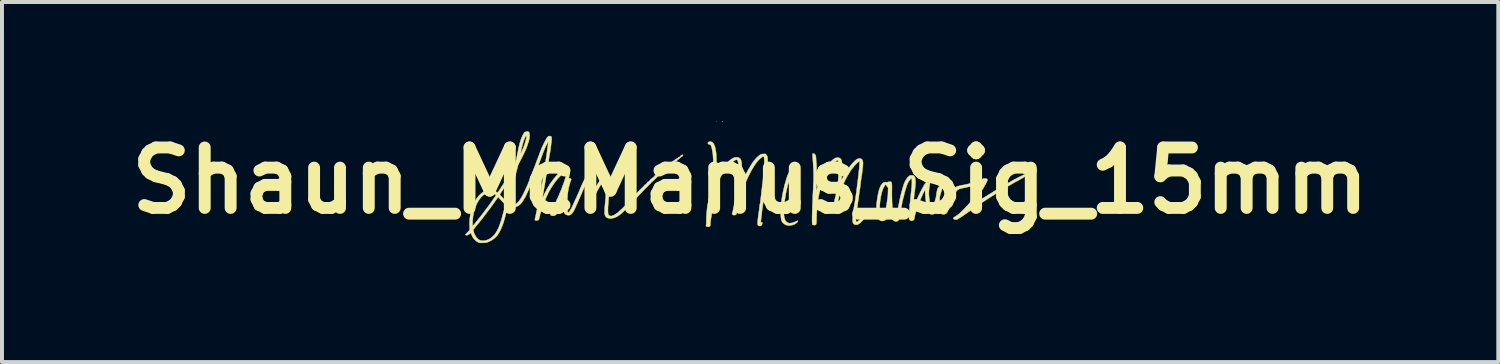
<source format=kicad_pcb>
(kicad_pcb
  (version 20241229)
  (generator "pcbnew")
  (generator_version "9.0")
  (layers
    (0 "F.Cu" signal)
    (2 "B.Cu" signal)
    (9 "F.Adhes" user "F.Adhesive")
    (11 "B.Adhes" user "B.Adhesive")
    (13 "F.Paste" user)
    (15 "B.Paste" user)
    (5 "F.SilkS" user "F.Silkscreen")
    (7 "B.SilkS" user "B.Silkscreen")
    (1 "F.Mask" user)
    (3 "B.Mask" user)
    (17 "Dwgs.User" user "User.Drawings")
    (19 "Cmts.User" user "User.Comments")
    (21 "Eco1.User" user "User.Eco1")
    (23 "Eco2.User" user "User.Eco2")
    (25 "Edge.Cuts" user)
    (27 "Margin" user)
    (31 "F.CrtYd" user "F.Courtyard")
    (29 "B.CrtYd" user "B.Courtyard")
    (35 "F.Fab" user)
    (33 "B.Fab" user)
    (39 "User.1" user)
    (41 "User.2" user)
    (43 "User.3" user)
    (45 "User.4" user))
  (footprint "Shaun_McManus_Sig_15mm"
    (layer "F.Cu")
    (at 15.864 1.503)
    (property "Reference" "Shaun_McManus_Sig_15mm" (at 0 0 0) (layer "F.SilkS") (effects (font (size 1.524 1.524) (thickness 0.3))))
    (attr through_hole)
    (fp_poly (pts (xy -0.85 -1.492) (xy -0.852 -1.49) (xy -0.855 -1.492) (xy -0.852 -1.495) (xy -0.85 -1.492)) (stroke (width 0.01) (type solid)) (fill yes) (layer "F.SilkS"))
    (fp_poly (pts (xy -0.704 -1.496) (xy -0.702 -1.492) (xy -0.7 -1.486) (xy -0.704 -1.487) (xy -0.706 -1.49) (xy -0.708 -1.497) (xy -0.707 -1.498) (xy -0.704 -1.496)) (stroke (width 0.01) (type solid)) (fill yes) (layer "F.SilkS"))
    (fp_poly (pts (xy 7.189 -0.282) (xy 7.186 -0.278) (xy 7.178 -0.274) (xy 7.167 -0.269) (xy 7.155 -0.265) (xy 7.148 -0.264) (xy 7.147 -0.266) (xy 7.153 -0.27) (xy 7.163 -0.274) (xy 7.176 -0.279) (xy 7.186 -0.282) (xy 7.189 -0.282)) (stroke (width 0.01) (type solid)) (fill yes) (layer "F.SilkS"))
    (fp_poly (pts (xy 1.084 -0.276) (xy 1.101 -0.269) (xy 1.111 -0.258) (xy 1.114 -0.249) (xy 1.111 -0.241) (xy 1.102 -0.229) (xy 1.09 -0.215) (xy 1.087 -0.211) (xy 1.07 -0.189) (xy 1.052 -0.16) (xy 1.034 -0.126) (xy 1.016 -0.09) (xy 1.001 -0.053) (xy 0.99 -0.017) (xy 0.984 0.002) (xy 0.978 0.028) (xy 0.969 0.058) (xy 0.959 0.086) (xy 0.953 0.1) (xy 0.949 0.112) (xy 0.944 0.13) (xy 0.938 0.155) (xy 0.931 0.188) (xy 0.929 0.198) (xy 0.923 0.225) (xy 0.916 0.254) (xy 0.91 0.281) (xy 0.909 0.288) (xy 0.901 0.321) (xy 0.894 0.362) (xy 0.886 0.41) (xy 0.879 0.461) (xy 0.871 0.516) (xy 0.865 0.571) (xy 0.86 0.618) (xy 0.856 0.656) (xy 0.854 0.698) (xy 0.852 0.74) (xy 0.851 0.782) (xy 0.851 0.821) (xy 0.852 0.855) (xy 0.854 0.882) (xy 0.855 0.889) (xy 0.86 0.919) (xy 0.867 0.95) (xy 0.877 0.978) (xy 0.886 1.003) (xy 0.896 1.021) (xy 0.898 1.023) (xy 0.919 1.044) (xy 0.945 1.06) (xy 0.973 1.071) (xy 0.997 1.075) (xy 1.023 1.072) (xy 1.055 1.066) (xy 1.089 1.055) (xy 1.121 1.043) (xy 1.126 1.041) (xy 1.153 1.028) (xy 1.172 1.02) (xy 1.185 1.015) (xy 1.194 1.013) (xy 1.199 1.013) (xy 1.202 1.014) (xy 1.204 1.023) (xy 1.199 1.035) (xy 1.189 1.049) (xy 1.173 1.065) (xy 1.155 1.08) (xy 1.135 1.094) (xy 1.114 1.104) (xy 1.113 1.105) (xy 1.063 1.122) (xy 1.017 1.132) (xy 0.974 1.133) (xy 0.932 1.127) (xy 0.92 1.124) (xy 0.88 1.108) (xy 0.845 1.085) (xy 0.817 1.056) (xy 0.797 1.024) (xy 0.788 0.998) (xy 0.78 0.963) (xy 0.775 0.921) (xy 0.771 0.873) (xy 0.77 0.82) (xy 0.77 0.764) (xy 0.773 0.706) (xy 0.777 0.65) (xy 0.783 0.592) (xy 0.789 0.543) (xy 0.793 0.502) (xy 0.797 0.467) (xy 0.801 0.437) (xy 0.805 0.412) (xy 0.808 0.393) (xy 0.813 0.37) (xy 0.817 0.347) (xy 0.82 0.329) (xy 0.821 0.325) (xy 0.824 0.309) (xy 0.829 0.288) (xy 0.834 0.264) (xy 0.837 0.249) (xy 0.844 0.221) (xy 0.851 0.189) (xy 0.858 0.159) (xy 0.86 0.149) (xy 0.864 0.127) (xy 0.869 0.108) (xy 0.873 0.095) (xy 0.874 0.09) (xy 0.879 0.078) (xy 0.884 0.062) (xy 0.891 0.039) (xy 0.899 0.012) (xy 0.911 -0.032) (xy 0.923 -0.069) (xy 0.933 -0.101) (xy 0.943 -0.129) (xy 0.955 -0.155) (xy 0.967 -0.182) (xy 0.976 -0.2) (xy 0.994 -0.231) (xy 1.011 -0.254) (xy 1.028 -0.269) (xy 1.047 -0.277) (xy 1.065 -0.278) (xy 1.084 -0.276)) (stroke (width 0.01) (type solid)) (fill yes) (layer "F.SilkS"))
    (fp_poly (pts (xy 1.608 -0.679) (xy 1.623 -0.67) (xy 1.637 -0.656) (xy 1.642 -0.65) (xy 1.649 -0.638) (xy 1.654 -0.625) (xy 1.657 -0.608) (xy 1.66 -0.587) (xy 1.662 -0.559) (xy 1.663 -0.528) (xy 1.664 -0.5) (xy 1.666 -0.468) (xy 1.669 -0.436) (xy 1.671 -0.418) (xy 1.673 -0.394) (xy 1.674 -0.363) (xy 1.675 -0.324) (xy 1.676 -0.28) (xy 1.677 -0.232) (xy 1.677 -0.18) (xy 1.677 -0.128) (xy 1.677 -0.075) (xy 1.677 -0.023) (xy 1.676 0.025) (xy 1.675 0.07) (xy 1.674 0.109) (xy 1.672 0.142) (xy 1.671 0.155) (xy 1.668 0.189) (xy 1.667 0.214) (xy 1.667 0.231) (xy 1.668 0.241) (xy 1.67 0.245) (xy 1.673 0.243) (xy 1.676 0.238) (xy 1.679 0.225) (xy 1.683 0.212) (xy 1.708 0.124) (xy 1.738 0.035) (xy 1.771 -0.052) (xy 1.808 -0.136) (xy 1.848 -0.216) (xy 1.889 -0.29) (xy 1.932 -0.358) (xy 1.966 -0.404) (xy 1.988 -0.43) (xy 2.013 -0.458) (xy 2.04 -0.486) (xy 2.067 -0.511) (xy 2.092 -0.533) (xy 2.112 -0.548) (xy 2.147 -0.567) (xy 2.182 -0.578) (xy 2.215 -0.58) (xy 2.245 -0.573) (xy 2.265 -0.563) (xy 2.279 -0.552) (xy 2.291 -0.538) (xy 2.3 -0.52) (xy 2.308 -0.498) (xy 2.313 -0.47) (xy 2.316 -0.435) (xy 2.317 -0.393) (xy 2.318 -0.343) (xy 2.317 -0.315) (xy 2.317 -0.28) (xy 2.316 -0.247) (xy 2.315 -0.218) (xy 2.314 -0.193) (xy 2.314 -0.176) (xy 2.313 -0.17) (xy 2.312 -0.152) (xy 2.31 -0.129) (xy 2.309 -0.104) (xy 2.308 -0.094) (xy 2.307 -0.072) (xy 2.305 -0.053) (xy 2.303 -0.04) (xy 2.303 -0.035) (xy 2.303 -0.027) (xy 2.307 -0.025) (xy 2.312 -0.031) (xy 2.315 -0.036) (xy 2.321 -0.048) (xy 2.329 -0.063) (xy 2.332 -0.068) (xy 2.341 -0.083) (xy 2.352 -0.102) (xy 2.361 -0.118) (xy 2.381 -0.156) (xy 2.397 -0.185) (xy 2.41 -0.208) (xy 2.42 -0.224) (xy 2.427 -0.236) (xy 2.432 -0.243) (xy 2.435 -0.247) (xy 2.44 -0.252) (xy 2.449 -0.264) (xy 2.461 -0.281) (xy 2.475 -0.302) (xy 2.479 -0.308) (xy 2.514 -0.356) (xy 2.55 -0.401) (xy 2.586 -0.443) (xy 2.621 -0.48) (xy 2.653 -0.51) (xy 2.683 -0.532) (xy 2.71 -0.547) (xy 2.738 -0.555) (xy 2.765 -0.557) (xy 2.79 -0.553) (xy 2.81 -0.542) (xy 2.817 -0.536) (xy 2.829 -0.518) (xy 2.838 -0.498) (xy 2.843 -0.473) (xy 2.845 -0.459) (xy 2.846 -0.436) (xy 2.845 -0.405) (xy 2.843 -0.368) (xy 2.839 -0.326) (xy 2.833 -0.28) (xy 2.828 -0.242) (xy 2.825 -0.22) (xy 2.822 -0.199) (xy 2.82 -0.183) (xy 2.82 -0.182) (xy 2.819 -0.167) (xy 2.816 -0.146) (xy 2.812 -0.124) (xy 2.811 -0.116) (xy 2.807 -0.094) (xy 2.804 -0.076) (xy 2.802 -0.062) (xy 2.802 -0.059) (xy 2.8 -0.049) (xy 2.798 -0.032) (xy 2.795 -0.011) (xy 2.792 0.007) (xy 2.789 0.035) (xy 2.785 0.057) (xy 2.783 0.078) (xy 2.78 0.1) (xy 2.777 0.126) (xy 2.774 0.154) (xy 2.772 0.178) (xy 2.769 0.2) (xy 2.766 0.218) (xy 2.765 0.225) (xy 2.762 0.24) (xy 2.758 0.265) (xy 2.753 0.296) (xy 2.748 0.334) (xy 2.743 0.377) (xy 2.74 0.398) (xy 2.737 0.421) (xy 2.733 0.446) (xy 2.731 0.462) (xy 2.723 0.513) (xy 2.716 0.561) (xy 2.709 0.612) (xy 2.708 0.617) (xy 2.705 0.642) (xy 2.701 0.665) (xy 2.697 0.684) (xy 2.694 0.694) (xy 2.69 0.709) (xy 2.687 0.729) (xy 2.685 0.749) (xy 2.683 0.766) (xy 2.681 0.79) (xy 2.678 0.819) (xy 2.674 0.849) (xy 2.672 0.869) (xy 2.667 0.913) (xy 2.665 0.949) (xy 2.665 0.978) (xy 2.667 1.002) (xy 2.671 1.023) (xy 2.673 1.029) (xy 2.676 1.037) (xy 2.679 1.043) (xy 2.685 1.045) (xy 2.692 1.043) (xy 2.702 1.038) (xy 2.715 1.028) (xy 2.733 1.013) (xy 2.755 0.992) (xy 2.783 0.965) (xy 2.817 0.932) (xy 2.823 0.926) (xy 2.851 0.899) (xy 2.877 0.874) (xy 2.901 0.852) (xy 2.923 0.833) (xy 2.939 0.818) (xy 2.951 0.81) (xy 2.951 0.809) (xy 2.966 0.799) (xy 2.978 0.79) (xy 2.985 0.784) (xy 2.994 0.777) (xy 3.001 0.779) (xy 3.004 0.789) (xy 3.004 0.79) (xy 3.001 0.802) (xy 2.993 0.818) (xy 2.98 0.839) (xy 2.965 0.86) (xy 2.948 0.881) (xy 2.932 0.9) (xy 2.931 0.901) (xy 2.917 0.916) (xy 2.9 0.934) (xy 2.881 0.955) (xy 2.87 0.967) (xy 2.835 1.007) (xy 2.805 1.039) (xy 2.778 1.064) (xy 2.755 1.084) (xy 2.733 1.098) (xy 2.713 1.107) (xy 2.694 1.112) (xy 2.673 1.113) (xy 2.665 1.113) (xy 2.639 1.109) (xy 2.619 1.101) (xy 2.605 1.086) (xy 2.596 1.072) (xy 2.59 1.054) (xy 2.586 1.028) (xy 2.584 0.995) (xy 2.584 0.957) (xy 2.586 0.916) (xy 2.59 0.872) (xy 2.594 0.845) (xy 2.598 0.813) (xy 2.603 0.779) (xy 2.607 0.746) (xy 2.611 0.718) (xy 2.611 0.714) (xy 2.615 0.689) (xy 2.618 0.665) (xy 2.622 0.646) (xy 2.624 0.635) (xy 2.628 0.614) (xy 2.633 0.584) (xy 2.64 0.548) (xy 2.646 0.507) (xy 2.65 0.484) (xy 2.653 0.462) (xy 2.657 0.434) (xy 2.662 0.403) (xy 2.667 0.37) (xy 2.669 0.354) (xy 2.677 0.303) (xy 2.683 0.258) (xy 2.688 0.213) (xy 2.694 0.166) (xy 2.699 0.119) (xy 2.704 0.078) (xy 2.706 0.064) (xy 2.709 0.04) (xy 2.713 0.009) (xy 2.718 -0.026) (xy 2.723 -0.064) (xy 2.727 -0.101) (xy 2.731 -0.135) (xy 2.734 -0.164) (xy 2.736 -0.178) (xy 2.739 -0.215) (xy 2.743 -0.246) (xy 2.746 -0.277) (xy 2.75 -0.307) (xy 2.752 -0.325) (xy 2.754 -0.351) (xy 2.756 -0.379) (xy 2.758 -0.409) (xy 2.758 -0.412) (xy 2.759 -0.443) (xy 2.759 -0.465) (xy 2.758 -0.479) (xy 2.755 -0.486) (xy 2.75 -0.487) (xy 2.744 -0.482) (xy 2.736 -0.476) (xy 2.725 -0.466) (xy 2.721 -0.463) (xy 2.695 -0.442) (xy 2.667 -0.415) (xy 2.637 -0.382) (xy 2.607 -0.346) (xy 2.581 -0.313) (xy 2.569 -0.298) (xy 2.559 -0.286) (xy 2.553 -0.279) (xy 2.546 -0.272) (xy 2.545 -0.269) (xy 2.542 -0.263) (xy 2.535 -0.252) (xy 2.525 -0.236) (xy 2.519 -0.227) (xy 2.507 -0.21) (xy 2.497 -0.195) (xy 2.49 -0.184) (xy 2.489 -0.182) (xy 2.461 -0.133) (xy 2.435 -0.086) (xy 2.411 -0.041) (xy 2.391 -0.001) (xy 2.375 0.033) (xy 2.365 0.056) (xy 2.36 0.07) (xy 2.355 0.079) (xy 2.354 0.081) (xy 2.35 0.088) (xy 2.344 0.102) (xy 2.338 0.118) (xy 2.331 0.136) (xy 2.322 0.16) (xy 2.312 0.185) (xy 2.306 0.199) (xy 2.29 0.242) (xy 2.275 0.286) (xy 2.261 0.332) (xy 2.248 0.381) (xy 2.235 0.435) (xy 2.222 0.494) (xy 2.209 0.561) (xy 2.196 0.635) (xy 2.189 0.677) (xy 2.182 0.713) (xy 2.177 0.741) (xy 2.173 0.763) (xy 2.169 0.778) (xy 2.166 0.789) (xy 2.162 0.796) (xy 2.158 0.801) (xy 2.151 0.807) (xy 2.143 0.81) (xy 2.131 0.811) (xy 2.114 0.81) (xy 2.092 0.808) (xy 2.077 0.803) (xy 2.073 0.8) (xy 2.068 0.795) (xy 2.067 0.789) (xy 2.068 0.78) (xy 2.072 0.764) (xy 2.073 0.758) (xy 2.078 0.738) (xy 2.083 0.719) (xy 2.086 0.706) (xy 2.089 0.689) (xy 2.093 0.669) (xy 2.095 0.66) (xy 2.099 0.641) (xy 2.102 0.622) (xy 2.103 0.615) (xy 2.105 0.601) (xy 2.109 0.582) (xy 2.114 0.561) (xy 2.114 0.561) (xy 2.12 0.538) (xy 2.126 0.514) (xy 2.129 0.496) (xy 2.133 0.477) (xy 2.137 0.46) (xy 2.139 0.452) (xy 2.143 0.439) (xy 2.147 0.42) (xy 2.153 0.398) (xy 2.158 0.374) (xy 2.163 0.352) (xy 2.167 0.333) (xy 2.17 0.32) (xy 2.171 0.315) (xy 2.173 0.305) (xy 2.175 0.289) (xy 2.178 0.278) (xy 2.183 0.25) (xy 2.189 0.215) (xy 2.195 0.177) (xy 2.201 0.139) (xy 2.206 0.102) (xy 2.21 0.07) (xy 2.213 0.049) (xy 2.215 0.021) (xy 2.219 -0.009) (xy 2.222 -0.037) (xy 2.223 -0.046) (xy 2.225 -0.071) (xy 2.227 -0.104) (xy 2.229 -0.142) (xy 2.23 -0.184) (xy 2.231 -0.228) (xy 2.232 -0.272) (xy 2.233 -0.314) (xy 2.233 -0.351) (xy 2.232 -0.383) (xy 2.232 -0.398) (xy 2.229 -0.438) (xy 2.225 -0.47) (xy 2.221 -0.494) (xy 2.216 -0.508) (xy 2.21 -0.513) (xy 2.21 -0.513) (xy 2.198 -0.509) (xy 2.181 -0.5) (xy 2.16 -0.486) (xy 2.138 -0.468) (xy 2.114 -0.448) (xy 2.091 -0.426) (xy 2.071 -0.404) (xy 2.054 -0.384) (xy 2.053 -0.383) (xy 2.043 -0.37) (xy 2.036 -0.36) (xy 2.032 -0.357) (xy 2.025 -0.348) (xy 2.014 -0.334) (xy 2.001 -0.316) (xy 1.989 -0.296) (xy 1.981 -0.283) (xy 1.969 -0.263) (xy 1.955 -0.241) (xy 1.945 -0.226) (xy 1.934 -0.207) (xy 1.92 -0.182) (xy 1.906 -0.156) (xy 1.893 -0.129) (xy 1.882 -0.105) (xy 1.874 -0.085) (xy 1.871 -0.078) (xy 1.866 -0.063) (xy 1.86 -0.052) (xy 1.858 -0.049) (xy 1.854 -0.04) (xy 1.847 -0.024) (xy 1.838 -0.002) (xy 1.828 0.024) (xy 1.818 0.053) (xy 1.808 0.082) (xy 1.799 0.111) (xy 1.791 0.137) (xy 1.785 0.156) (xy 1.78 0.176) (xy 1.773 0.2) (xy 1.766 0.226) (xy 1.763 0.234) (xy 1.756 0.261) (xy 1.749 0.291) (xy 1.743 0.319) (xy 1.742 0.325) (xy 1.737 0.349) (xy 1.732 0.374) (xy 1.728 0.394) (xy 1.727 0.398) (xy 1.723 0.417) (xy 1.719 0.441) (xy 1.715 0.466) (xy 1.715 0.471) (xy 1.712 0.492) (xy 1.71 0.509) (xy 1.708 0.52) (xy 1.707 0.523) (xy 1.706 0.531) (xy 1.704 0.549) (xy 1.701 0.573) (xy 1.698 0.602) (xy 1.694 0.636) (xy 1.691 0.672) (xy 1.688 0.709) (xy 1.684 0.746) (xy 1.681 0.782) (xy 1.679 0.814) (xy 1.678 0.829) (xy 1.677 0.847) (xy 1.676 0.873) (xy 1.675 0.905) (xy 1.674 0.939) (xy 1.673 0.974) (xy 1.673 0.982) (xy 1.672 1.02) (xy 1.671 1.05) (xy 1.67 1.073) (xy 1.667 1.09) (xy 1.664 1.101) (xy 1.659 1.109) (xy 1.652 1.114) (xy 1.644 1.118) (xy 1.643 1.119) (xy 1.624 1.123) (xy 1.601 1.122) (xy 1.587 1.119) (xy 1.58 1.116) (xy 1.573 1.111) (xy 1.569 1.103) (xy 1.565 1.091) (xy 1.563 1.074) (xy 1.562 1.05) (xy 1.561 1.019) (xy 1.561 0.979) (xy 1.561 0.974) (xy 1.562 0.936) (xy 1.562 0.894) (xy 1.563 0.852) (xy 1.564 0.814) (xy 1.565 0.782) (xy 1.565 0.779) (xy 1.566 0.745) (xy 1.568 0.707) (xy 1.569 0.669) (xy 1.57 0.637) (xy 1.571 0.628) (xy 1.572 0.599) (xy 1.573 0.57) (xy 1.574 0.544) (xy 1.575 0.524) (xy 1.575 0.523) (xy 1.576 0.506) (xy 1.577 0.482) (xy 1.578 0.453) (xy 1.579 0.421) (xy 1.58 0.387) (xy 1.58 0.383) (xy 1.581 0.353) (xy 1.583 0.325) (xy 1.584 0.303) (xy 1.585 0.287) (xy 1.585 0.279) (xy 1.585 0.278) (xy 1.586 0.272) (xy 1.587 0.262) (xy 1.663 0.262) (xy 1.663 0.264) (xy 1.668 0.268) (xy 1.67 0.264) (xy 1.671 0.261) (xy 1.668 0.256) (xy 1.666 0.256) (xy 1.663 0.262) (xy 1.587 0.262) (xy 1.587 0.258) (xy 1.588 0.238) (xy 1.589 0.212) (xy 1.59 0.182) (xy 1.591 0.173) (xy 1.592 0.142) (xy 1.593 0.113) (xy 1.594 0.09) (xy 1.595 0.072) (xy 1.596 0.062) (xy 1.597 0.061) (xy 1.598 0.053) (xy 1.599 0.036) (xy 1.599 0.012) (xy 1.599 -0.018) (xy 1.599 -0.053) (xy 1.599 -0.091) (xy 1.599 -0.131) (xy 1.598 -0.172) (xy 1.598 -0.212) (xy 1.597 -0.25) (xy 1.596 -0.286) (xy 1.595 -0.317) (xy 1.593 -0.342) (xy 1.593 -0.347) (xy 1.591 -0.378) (xy 1.589 -0.409) (xy 1.587 -0.437) (xy 1.586 -0.459) (xy 1.585 -0.469) (xy 1.584 -0.487) (xy 1.582 -0.512) (xy 1.58 -0.541) (xy 1.578 -0.572) (xy 1.577 -0.587) (xy 1.575 -0.614) (xy 1.574 -0.639) (xy 1.574 -0.659) (xy 1.574 -0.672) (xy 1.574 -0.676) (xy 1.582 -0.683) (xy 1.593 -0.684) (xy 1.608 -0.679)) (stroke (width 0.01) (type solid)) (fill yes) (layer "F.SilkS"))
    (fp_poly (pts (xy -0.984 -0.979) (xy -0.963 -0.971) (xy -0.943 -0.955) (xy -0.941 -0.953) (xy -0.928 -0.937) (xy -0.913 -0.914) (xy -0.901 -0.888) (xy -0.891 -0.863) (xy -0.888 -0.855) (xy -0.871 -0.78) (xy -0.859 -0.706) (xy -0.855 -0.657) (xy -0.853 -0.623) (xy -0.852 -0.582) (xy -0.851 -0.535) (xy -0.851 -0.485) (xy -0.851 -0.435) (xy -0.851 -0.385) (xy -0.852 -0.34) (xy -0.854 -0.299) (xy -0.855 -0.269) (xy -0.857 -0.24) (xy -0.859 -0.207) (xy -0.861 -0.173) (xy -0.862 -0.147) (xy -0.863 -0.123) (xy -0.865 -0.102) (xy -0.866 -0.086) (xy -0.867 -0.078) (xy -0.867 -0.078) (xy -0.867 -0.071) (xy -0.865 -0.063) (xy -0.863 -0.058) (xy -0.86 -0.058) (xy -0.855 -0.064) (xy -0.849 -0.077) (xy -0.842 -0.09) (xy -0.833 -0.108) (xy -0.826 -0.122) (xy -0.822 -0.131) (xy -0.821 -0.132) (xy -0.817 -0.137) (xy -0.81 -0.148) (xy -0.804 -0.157) (xy -0.795 -0.172) (xy -0.786 -0.182) (xy -0.781 -0.186) (xy -0.774 -0.192) (xy -0.773 -0.197) (xy -0.772 -0.205) (xy -0.766 -0.215) (xy -0.76 -0.225) (xy -0.757 -0.231) (xy -0.754 -0.237) (xy -0.747 -0.249) (xy -0.735 -0.265) (xy -0.721 -0.285) (xy -0.705 -0.306) (xy -0.689 -0.328) (xy -0.673 -0.348) (xy -0.67 -0.352) (xy -0.647 -0.379) (xy -0.619 -0.409) (xy -0.589 -0.44) (xy -0.559 -0.47) (xy -0.53 -0.497) (xy -0.504 -0.519) (xy -0.494 -0.526) (xy -0.45 -0.555) (xy -0.408 -0.575) (xy -0.368 -0.586) (xy -0.33 -0.587) (xy -0.295 -0.58) (xy -0.269 -0.568) (xy -0.253 -0.554) (xy -0.24 -0.535) (xy -0.229 -0.51) (xy -0.221 -0.479) (xy -0.215 -0.44) (xy -0.211 -0.392) (xy -0.209 -0.336) (xy -0.208 -0.324) (xy -0.209 -0.272) (xy -0.21 -0.214) (xy -0.214 -0.151) (xy -0.218 -0.087) (xy -0.223 -0.025) (xy -0.229 0.033) (xy -0.232 0.058) (xy -0.236 0.085) (xy -0.238 0.104) (xy -0.239 0.116) (xy -0.239 0.123) (xy -0.238 0.126) (xy -0.236 0.127) (xy -0.235 0.127) (xy -0.232 0.123) (xy -0.227 0.112) (xy -0.222 0.099) (xy -0.216 0.081) (xy -0.209 0.064) (xy -0.205 0.056) (xy -0.198 0.041) (xy -0.191 0.024) (xy -0.191 0.022) (xy -0.184 0.004) (xy -0.176 -0.013) (xy -0.176 -0.015) (xy -0.168 -0.031) (xy -0.16 -0.049) (xy -0.159 -0.051) (xy -0.151 -0.069) (xy -0.142 -0.088) (xy -0.141 -0.09) (xy -0.134 -0.106) (xy -0.128 -0.121) (xy -0.127 -0.123) (xy -0.122 -0.133) (xy -0.117 -0.137) (xy -0.113 -0.141) (xy -0.112 -0.144) (xy -0.112 -0.149) (xy -0.109 -0.156) (xy -0.104 -0.167) (xy -0.097 -0.182) (xy -0.086 -0.204) (xy -0.071 -0.232) (xy -0.063 -0.247) (xy -0.053 -0.266) (xy -0.042 -0.284) (xy -0.034 -0.298) (xy -0.032 -0.3) (xy -0.024 -0.312) (xy -0.014 -0.329) (xy -0.005 -0.346) (xy 0.004 -0.364) (xy 0.014 -0.379) (xy 0.022 -0.388) (xy 0.031 -0.4) (xy 0.036 -0.411) (xy 0.041 -0.424) (xy 0.051 -0.437) (xy 0.054 -0.441) (xy 0.063 -0.452) (xy 0.068 -0.46) (xy 0.068 -0.462) (xy 0.072 -0.468) (xy 0.08 -0.481) (xy 0.094 -0.497) (xy 0.11 -0.517) (xy 0.128 -0.538) (xy 0.148 -0.559) (xy 0.166 -0.579) (xy 0.179 -0.591) (xy 0.208 -0.617) (xy 0.232 -0.637) (xy 0.255 -0.651) (xy 0.261 -0.655) (xy 0.278 -0.663) (xy 0.292 -0.668) (xy 0.306 -0.67) (xy 0.323 -0.671) (xy 0.341 -0.672) (xy 0.387 -0.672) (xy 0.408 -0.649) (xy 0.418 -0.637) (xy 0.427 -0.623) (xy 0.433 -0.606) (xy 0.437 -0.586) (xy 0.44 -0.56) (xy 0.442 -0.527) (xy 0.443 -0.499) (xy 0.443 -0.468) (xy 0.442 -0.429) (xy 0.439 -0.384) (xy 0.436 -0.336) (xy 0.431 -0.286) (xy 0.427 -0.235) (xy 0.421 -0.187) (xy 0.415 -0.143) (xy 0.415 -0.137) (xy 0.411 -0.113) (xy 0.408 -0.085) (xy 0.405 -0.06) (xy 0.405 -0.059) (xy 0.402 -0.037) (xy 0.4 -0.018) (xy 0.398 -0.005) (xy 0.398 -0.002) (xy 0.391 0.049) (xy 0.385 0.098) (xy 0.379 0.145) (xy 0.374 0.186) (xy 0.37 0.22) (xy 0.369 0.227) (xy 0.36 0.3) (xy 0.352 0.368) (xy 0.344 0.431) (xy 0.337 0.488) (xy 0.33 0.539) (xy 0.325 0.581) (xy 0.32 0.615) (xy 0.317 0.633) (xy 0.311 0.673) (xy 0.307 0.705) (xy 0.303 0.73) (xy 0.301 0.749) (xy 0.299 0.764) (xy 0.297 0.776) (xy 0.296 0.786) (xy 0.295 0.796) (xy 0.295 0.796) (xy 0.294 0.813) (xy 0.291 0.836) (xy 0.288 0.861) (xy 0.286 0.874) (xy 0.283 0.903) (xy 0.279 0.934) (xy 0.276 0.964) (xy 0.273 0.993) (xy 0.271 1.018) (xy 0.27 1.039) (xy 0.27 1.053) (xy 0.27 1.059) (xy 0.276 1.059) (xy 0.286 1.055) (xy 0.296 1.051) (xy 0.301 1.052) (xy 0.303 1.055) (xy 0.305 1.065) (xy 0.305 1.078) (xy 0.305 1.079) (xy 0.299 1.106) (xy 0.29 1.125) (xy 0.277 1.136) (xy 0.259 1.143) (xy 0.243 1.144) (xy 0.221 1.142) (xy 0.204 1.134) (xy 0.194 1.12) (xy 0.188 1.097) (xy 0.188 1.067) (xy 0.188 1.057) (xy 0.191 1.023) (xy 0.194 0.988) (xy 0.197 0.954) (xy 0.201 0.925) (xy 0.204 0.902) (xy 0.205 0.894) (xy 0.208 0.876) (xy 0.211 0.852) (xy 0.214 0.829) (xy 0.215 0.826) (xy 0.217 0.805) (xy 0.22 0.787) (xy 0.222 0.774) (xy 0.222 0.772) (xy 0.224 0.76) (xy 0.227 0.743) (xy 0.228 0.735) (xy 0.232 0.691) (xy 0.237 0.654) (xy 0.241 0.623) (xy 0.244 0.6) (xy 0.247 0.586) (xy 0.249 0.581) (xy 0.251 0.576) (xy 0.254 0.563) (xy 0.256 0.546) (xy 0.256 0.545) (xy 0.258 0.52) (xy 0.261 0.493) (xy 0.263 0.476) (xy 0.266 0.455) (xy 0.269 0.434) (xy 0.271 0.42) (xy 0.273 0.401) (xy 0.276 0.382) (xy 0.276 0.379) (xy 0.278 0.365) (xy 0.28 0.345) (xy 0.282 0.322) (xy 0.283 0.31) (xy 0.286 0.285) (xy 0.289 0.259) (xy 0.292 0.237) (xy 0.293 0.23) (xy 0.296 0.204) (xy 0.3 0.177) (xy 0.303 0.144) (xy 0.305 0.117) (xy 0.308 0.096) (xy 0.311 0.074) (xy 0.313 0.066) (xy 0.315 0.052) (xy 0.317 0.03) (xy 0.32 0.005) (xy 0.322 -0.022) (xy 0.322 -0.024) (xy 0.325 -0.051) (xy 0.327 -0.078) (xy 0.33 -0.1) (xy 0.332 -0.116) (xy 0.332 -0.117) (xy 0.34 -0.173) (xy 0.347 -0.235) (xy 0.352 -0.303) (xy 0.356 -0.372) (xy 0.357 -0.441) (xy 0.357 -0.454) (xy 0.357 -0.504) (xy 0.355 -0.544) (xy 0.352 -0.575) (xy 0.348 -0.596) (xy 0.342 -0.607) (xy 0.34 -0.609) (xy 0.33 -0.608) (xy 0.315 -0.601) (xy 0.296 -0.588) (xy 0.274 -0.572) (xy 0.25 -0.552) (xy 0.227 -0.53) (xy 0.204 -0.507) (xy 0.183 -0.484) (xy 0.165 -0.462) (xy 0.16 -0.454) (xy 0.148 -0.437) (xy 0.133 -0.416) (xy 0.118 -0.395) (xy 0.115 -0.391) (xy 0.102 -0.372) (xy 0.091 -0.355) (xy 0.083 -0.342) (xy 0.081 -0.338) (xy 0.074 -0.325) (xy 0.064 -0.308) (xy 0.059 -0.3) (xy 0.051 -0.288) (xy 0.04 -0.268) (xy 0.026 -0.242) (xy 0.01 -0.211) (xy -0.008 -0.177) (xy -0.026 -0.141) (xy -0.044 -0.105) (xy -0.061 -0.07) (xy -0.076 -0.037) (xy -0.09 -0.008) (xy -0.1 0.016) (xy -0.102 0.02) (xy -0.113 0.045) (xy -0.124 0.071) (xy -0.134 0.094) (xy -0.142 0.111) (xy -0.142 0.111) (xy -0.149 0.127) (xy -0.154 0.14) (xy -0.156 0.148) (xy -0.158 0.155) (xy -0.162 0.169) (xy -0.166 0.181) (xy -0.173 0.199) (xy -0.181 0.222) (xy -0.189 0.244) (xy -0.195 0.262) (xy -0.201 0.277) (xy -0.205 0.285) (xy -0.205 0.286) (xy -0.208 0.293) (xy -0.213 0.306) (xy -0.218 0.323) (xy -0.219 0.325) (xy -0.227 0.351) (xy -0.235 0.379) (xy -0.243 0.406) (xy -0.25 0.431) (xy -0.256 0.45) (xy -0.259 0.462) (xy -0.269 0.5) (xy -0.278 0.533) (xy -0.285 0.56) (xy -0.289 0.579) (xy -0.29 0.586) (xy -0.294 0.602) (xy -0.298 0.615) (xy -0.298 0.615) (xy -0.301 0.629) (xy -0.306 0.649) (xy -0.311 0.673) (xy -0.316 0.699) (xy -0.321 0.725) (xy -0.325 0.747) (xy -0.327 0.763) (xy -0.327 0.77) (xy -0.329 0.785) (xy -0.334 0.801) (xy -0.335 0.803) (xy -0.339 0.817) (xy -0.342 0.83) (xy -0.342 0.832) (xy -0.347 0.846) (xy -0.359 0.858) (xy -0.379 0.868) (xy -0.386 0.87) (xy -0.41 0.872) (xy -0.431 0.866) (xy -0.447 0.853) (xy -0.452 0.845) (xy -0.457 0.834) (xy -0.457 0.827) (xy -0.453 0.821) (xy -0.449 0.813) (xy -0.444 0.797) (xy -0.438 0.776) (xy -0.433 0.753) (xy -0.428 0.728) (xy -0.426 0.716) (xy -0.424 0.703) (xy -0.42 0.685) (xy -0.417 0.669) (xy -0.412 0.648) (xy -0.407 0.623) (xy -0.403 0.598) (xy -0.403 0.596) (xy -0.399 0.573) (xy -0.394 0.548) (xy -0.389 0.518) (xy -0.382 0.483) (xy -0.374 0.44) (xy -0.367 0.405) (xy -0.355 0.349) (xy -0.346 0.3) (xy -0.339 0.259) (xy -0.334 0.227) (xy -0.332 0.217) (xy -0.329 0.193) (xy -0.325 0.166) (xy -0.323 0.149) (xy -0.32 0.129) (xy -0.317 0.104) (xy -0.314 0.076) (xy -0.312 0.059) (xy -0.31 0.032) (xy -0.307 0.005) (xy -0.304 -0.019) (xy -0.302 -0.032) (xy -0.298 -0.068) (xy -0.295 -0.11) (xy -0.292 -0.156) (xy -0.291 -0.205) (xy -0.29 -0.254) (xy -0.29 -0.302) (xy -0.291 -0.348) (xy -0.293 -0.388) (xy -0.296 -0.423) (xy -0.3 -0.449) (xy -0.304 -0.47) (xy -0.31 -0.49) (xy -0.315 -0.505) (xy -0.316 -0.507) (xy -0.325 -0.52) (xy -0.336 -0.526) (xy -0.35 -0.526) (xy -0.369 -0.519) (xy -0.392 -0.506) (xy -0.421 -0.486) (xy -0.43 -0.48) (xy -0.444 -0.469) (xy -0.456 -0.459) (xy -0.468 -0.449) (xy -0.481 -0.436) (xy -0.497 -0.42) (xy -0.516 -0.4) (xy -0.541 -0.374) (xy -0.542 -0.374) (xy -0.562 -0.351) (xy -0.586 -0.324) (xy -0.609 -0.295) (xy -0.631 -0.267) (xy -0.65 -0.241) (xy -0.658 -0.23) (xy -0.67 -0.212) (xy -0.682 -0.195) (xy -0.689 -0.186) (xy -0.699 -0.171) (xy -0.71 -0.153) (xy -0.717 -0.142) (xy -0.726 -0.125) (xy -0.738 -0.104) (xy -0.751 -0.081) (xy -0.756 -0.072) (xy -0.767 -0.053) (xy -0.775 -0.039) (xy -0.78 -0.029) (xy -0.782 -0.026) (xy -0.784 -0.02) (xy -0.789 -0.007) (xy -0.798 0.012) (xy -0.808 0.034) (xy -0.819 0.056) (xy -0.827 0.073) (xy -0.833 0.087) (xy -0.835 0.096) (xy -0.835 0.096) (xy -0.838 0.106) (xy -0.84 0.111) (xy -0.852 0.137) (xy -0.865 0.169) (xy -0.877 0.204) (xy -0.887 0.239) (xy -0.895 0.271) (xy -0.899 0.292) (xy -0.901 0.314) (xy -0.904 0.334) (xy -0.906 0.349) (xy -0.906 0.352) (xy -0.908 0.366) (xy -0.911 0.385) (xy -0.913 0.398) (xy -0.916 0.419) (xy -0.919 0.443) (xy -0.92 0.464) (xy -0.922 0.486) (xy -0.924 0.507) (xy -0.926 0.523) (xy -0.928 0.542) (xy -0.93 0.563) (xy -0.931 0.568) (xy -0.932 0.583) (xy -0.934 0.593) (xy -0.935 0.595) (xy -0.936 0.601) (xy -0.939 0.615) (xy -0.942 0.635) (xy -0.945 0.659) (xy -0.947 0.677) (xy -0.951 0.706) (xy -0.955 0.735) (xy -0.959 0.761) (xy -0.961 0.78) (xy -0.962 0.786) (xy -0.965 0.809) (xy -0.968 0.832) (xy -0.97 0.845) (xy -0.972 0.862) (xy -0.974 0.876) (xy -0.975 0.881) (xy -0.976 0.89) (xy -0.979 0.905) (xy -0.982 0.924) (xy -0.982 0.925) (xy -0.986 0.949) (xy -0.99 0.976) (xy -0.994 0.996) (xy -0.997 1.016) (xy -0.999 1.032) (xy -1 1.042) (xy -1 1.043) (xy -1.001 1.052) (xy -1.002 1.068) (xy -1.003 1.088) (xy -1.003 1.099) (xy -1.005 1.121) (xy -1.007 1.135) (xy -1.01 1.145) (xy -1.014 1.151) (xy -1.02 1.156) (xy -1.036 1.164) (xy -1.057 1.167) (xy -1.079 1.164) (xy -1.099 1.157) (xy -1.11 1.145) (xy -1.114 1.131) (xy -1.113 1.119) (xy -1.11 1.112) (xy -1.11 1.112) (xy -1.108 1.105) (xy -1.107 1.092) (xy -1.106 1.073) (xy -1.106 1.058) (xy -1.106 1.008) (xy -1.105 0.964) (xy -1.103 0.923) (xy -1.102 0.883) (xy -1.099 0.843) (xy -1.095 0.801) (xy -1.09 0.755) (xy -1.085 0.702) (xy -1.08 0.662) (xy -1.077 0.638) (xy -1.072 0.61) (xy -1.065 0.577) (xy -1.056 0.536) (xy -1.047 0.493) (xy -1.041 0.469) (xy -1.036 0.446) (xy -1.032 0.426) (xy -1.03 0.418) (xy -1.022 0.382) (xy -1.011 0.343) (xy -1.001 0.315) (xy -0.994 0.295) (xy -0.988 0.272) (xy -0.987 0.265) (xy -0.983 0.248) (xy -0.979 0.235) (xy -0.977 0.23) (xy -0.975 0.222) (xy -0.972 0.205) (xy -0.968 0.183) (xy -0.965 0.156) (xy -0.962 0.126) (xy -0.959 0.095) (xy -0.956 0.066) (xy -0.955 0.044) (xy -0.953 0.025) (xy -0.951 -0.001) (xy -0.949 -0.032) (xy -0.947 -0.064) (xy -0.945 -0.085) (xy -0.942 -0.121) (xy -0.94 -0.161) (xy -0.938 -0.206) (xy -0.935 -0.252) (xy -0.934 -0.3) (xy -0.932 -0.347) (xy -0.931 -0.392) (xy -0.93 -0.433) (xy -0.929 -0.47) (xy -0.929 -0.5) (xy -0.93 -0.522) (xy -0.93 -0.528) (xy -0.932 -0.555) (xy -0.934 -0.584) (xy -0.936 -0.611) (xy -0.936 -0.615) (xy -0.94 -0.666) (xy -0.947 -0.716) (xy -0.955 -0.765) (xy -0.965 -0.809) (xy -0.975 -0.847) (xy -0.98 -0.862) (xy -0.988 -0.883) (xy -0.995 -0.896) (xy -1.003 -0.904) (xy -1.013 -0.909) (xy -1.029 -0.913) (xy -1.03 -0.913) (xy -1.046 -0.917) (xy -1.056 -0.922) (xy -1.061 -0.929) (xy -1.064 -0.934) (xy -1.066 -0.951) (xy -1.06 -0.965) (xy -1.046 -0.975) (xy -1.024 -0.981) (xy -1.009 -0.982) (xy -0.984 -0.979)) (stroke (width 0.01) (type solid)) (fill yes) (layer "F.SilkS"))
    (fp_poly (pts (xy 7.149 -0.242) (xy 7.151 -0.239) (xy 7.147 -0.235) (xy 7.136 -0.228) (xy 7.119 -0.218) (xy 7.098 -0.206) (xy 7.075 -0.193) (xy 7.05 -0.18) (xy 7.026 -0.167) (xy 7.017 -0.163) (xy 7.003 -0.154) (xy 6.991 -0.144) (xy 6.988 -0.14) (xy 6.978 -0.13) (xy 6.966 -0.125) (xy 6.954 -0.121) (xy 6.948 -0.116) (xy 6.941 -0.11) (xy 6.926 -0.1) (xy 6.904 -0.086) (xy 6.875 -0.068) (xy 6.839 -0.048) (xy 6.798 -0.025) (xy 6.752 0.001) (xy 6.702 0.028) (xy 6.691 0.034) (xy 6.668 0.046) (xy 6.641 0.061) (xy 6.615 0.077) (xy 6.606 0.082) (xy 6.582 0.097) (xy 6.554 0.113) (xy 6.529 0.127) (xy 6.521 0.132) (xy 6.501 0.143) (xy 6.483 0.153) (xy 6.469 0.162) (xy 6.465 0.164) (xy 6.45 0.173) (xy 6.434 0.183) (xy 6.434 0.183) (xy 6.422 0.19) (xy 6.405 0.201) (xy 6.387 0.213) (xy 6.38 0.218) (xy 6.364 0.228) (xy 6.341 0.242) (xy 6.314 0.259) (xy 6.285 0.276) (xy 6.257 0.293) (xy 6.229 0.31) (xy 6.202 0.326) (xy 6.179 0.341) (xy 6.159 0.354) (xy 6.147 0.362) (xy 6.146 0.362) (xy 6.133 0.372) (xy 6.122 0.379) (xy 6.117 0.381) (xy 6.112 0.384) (xy 6.102 0.39) (xy 6.098 0.393) (xy 6.085 0.402) (xy 6.068 0.413) (xy 6.059 0.418) (xy 6.048 0.424) (xy 6.031 0.435) (xy 6.008 0.449) (xy 5.982 0.467) (xy 5.953 0.485) (xy 5.93 0.5) (xy 5.9 0.52) (xy 5.872 0.538) (xy 5.847 0.554) (xy 5.827 0.568) (xy 5.812 0.577) (xy 5.805 0.581) (xy 5.79 0.591) (xy 5.771 0.604) (xy 5.749 0.62) (xy 5.729 0.635) (xy 5.727 0.636) (xy 5.722 0.64) (xy 5.709 0.649) (xy 5.692 0.66) (xy 5.671 0.674) (xy 5.661 0.681) (xy 5.635 0.698) (xy 5.609 0.716) (xy 5.585 0.733) (xy 5.566 0.746) (xy 5.563 0.749) (xy 5.531 0.772) (xy 5.499 0.795) (xy 5.464 0.819) (xy 5.443 0.834) (xy 5.423 0.847) (xy 5.402 0.862) (xy 5.386 0.873) (xy 5.337 0.907) (xy 5.294 0.935) (xy 5.258 0.957) (xy 5.228 0.973) (xy 5.205 0.983) (xy 5.187 0.987) (xy 5.184 0.987) (xy 5.165 0.984) (xy 5.146 0.977) (xy 5.132 0.968) (xy 5.123 0.956) (xy 5.121 0.945) (xy 5.121 0.944) (xy 5.126 0.938) (xy 5.138 0.928) (xy 5.155 0.916) (xy 5.174 0.904) (xy 5.197 0.889) (xy 5.22 0.874) (xy 5.24 0.86) (xy 5.252 0.851) (xy 5.269 0.837) (xy 5.292 0.817) (xy 5.318 0.791) (xy 5.348 0.762) (xy 5.38 0.73) (xy 5.413 0.696) (xy 5.446 0.662) (xy 5.477 0.629) (xy 5.505 0.597) (xy 5.53 0.569) (xy 5.54 0.558) (xy 5.547 0.549) (xy 5.549 0.547) (xy 5.553 0.542) (xy 5.561 0.532) (xy 5.564 0.528) (xy 5.571 0.516) (xy 5.577 0.509) (xy 5.578 0.508) (xy 5.586 0.499) (xy 5.599 0.484) (xy 5.613 0.464) (xy 5.629 0.442) (xy 5.645 0.419) (xy 5.66 0.397) (xy 5.664 0.391) (xy 5.67 0.382) (xy 5.678 0.37) (xy 5.679 0.368) (xy 5.691 0.35) (xy 5.706 0.326) (xy 5.723 0.298) (xy 5.74 0.268) (xy 5.756 0.239) (xy 5.77 0.214) (xy 5.779 0.195) (xy 5.788 0.176) (xy 5.797 0.158) (xy 5.803 0.145) (xy 5.805 0.142) (xy 5.815 0.124) (xy 5.825 0.105) (xy 5.834 0.086) (xy 5.842 0.069) (xy 5.848 0.057) (xy 5.85 0.051) (xy 5.85 0.05) (xy 5.845 0.051) (xy 5.833 0.054) (xy 5.817 0.06) (xy 5.812 0.061) (xy 5.797 0.067) (xy 5.775 0.074) (xy 5.748 0.084) (xy 5.717 0.094) (xy 5.685 0.105) (xy 5.653 0.116) (xy 5.624 0.125) (xy 5.599 0.134) (xy 5.58 0.14) (xy 5.576 0.141) (xy 5.56 0.146) (xy 5.536 0.152) (xy 5.504 0.159) (xy 5.466 0.167) (xy 5.423 0.177) (xy 5.377 0.186) (xy 5.355 0.191) (xy 5.311 0.201) (xy 5.276 0.212) (xy 5.248 0.225) (xy 5.225 0.24) (xy 5.205 0.259) (xy 5.203 0.262) (xy 5.195 0.274) (xy 5.185 0.29) (xy 5.174 0.309) (xy 5.164 0.329) (xy 5.155 0.346) (xy 5.15 0.36) (xy 5.148 0.366) (xy 5.145 0.375) (xy 5.142 0.381) (xy 5.135 0.392) (xy 5.126 0.412) (xy 5.113 0.442) (xy 5.107 0.459) (xy 5.099 0.478) (xy 5.092 0.496) (xy 5.09 0.501) (xy 5.084 0.515) (xy 5.076 0.535) (xy 5.068 0.554) (xy 5.059 0.576) (xy 5.05 0.599) (xy 5.043 0.616) (xy 5.037 0.631) (xy 5.032 0.643) (xy 5.031 0.648) (xy 5.029 0.655) (xy 5.024 0.667) (xy 5.021 0.673) (xy 5.015 0.687) (xy 5.012 0.698) (xy 5.012 0.701) (xy 5.011 0.706) (xy 5.009 0.714) (xy 5.005 0.724) (xy 4.997 0.741) (xy 4.987 0.762) (xy 4.973 0.791) (xy 4.959 0.812) (xy 4.944 0.827) (xy 4.927 0.838) (xy 4.921 0.841) (xy 4.899 0.847) (xy 4.873 0.85) (xy 4.847 0.848) (xy 4.83 0.844) (xy 4.807 0.832) (xy 4.784 0.812) (xy 4.763 0.787) (xy 4.746 0.76) (xy 4.738 0.74) (xy 4.733 0.727) (xy 4.729 0.717) (xy 4.728 0.716) (xy 4.724 0.707) (xy 4.723 0.703) (xy 4.72 0.693) (xy 4.713 0.687) (xy 4.706 0.688) (xy 4.701 0.695) (xy 4.698 0.703) (xy 4.694 0.715) (xy 4.689 0.733) (xy 4.682 0.754) (xy 4.675 0.775) (xy 4.668 0.793) (xy 4.663 0.806) (xy 4.663 0.806) (xy 4.651 0.824) (xy 4.634 0.84) (xy 4.614 0.85) (xy 4.606 0.852) (xy 4.58 0.854) (xy 4.555 0.849) (xy 4.534 0.84) (xy 4.532 0.839) (xy 4.521 0.828) (xy 4.51 0.814) (xy 4.5 0.798) (xy 4.495 0.785) (xy 4.494 0.78) (xy 4.492 0.77) (xy 4.488 0.759) (xy 4.484 0.747) (xy 4.479 0.73) (xy 4.473 0.711) (xy 4.467 0.689) (xy 4.461 0.666) (xy 4.457 0.65) (xy 4.44 0.574) (xy 4.427 0.492) (xy 4.419 0.406) (xy 4.415 0.319) (xy 4.415 0.318) (xy 4.415 0.286) (xy 4.414 0.263) (xy 4.413 0.248) (xy 4.411 0.241) (xy 4.409 0.241) (xy 4.406 0.245) (xy 4.399 0.257) (xy 4.389 0.273) (xy 4.379 0.293) (xy 4.368 0.313) (xy 4.358 0.333) (xy 4.35 0.35) (xy 4.344 0.362) (xy 4.343 0.368) (xy 4.341 0.373) (xy 4.335 0.385) (xy 4.328 0.402) (xy 4.319 0.422) (xy 4.309 0.442) (xy 4.301 0.461) (xy 4.293 0.476) (xy 4.289 0.485) (xy 4.284 0.497) (xy 4.284 0.503) (xy 4.282 0.512) (xy 4.279 0.515) (xy 4.275 0.521) (xy 4.27 0.533) (xy 4.269 0.536) (xy 4.257 0.57) (xy 4.241 0.606) (xy 4.236 0.619) (xy 4.233 0.629) (xy 4.233 0.63) (xy 4.23 0.64) (xy 4.227 0.647) (xy 4.222 0.659) (xy 4.218 0.673) (xy 4.218 0.674) (xy 4.213 0.689) (xy 4.208 0.701) (xy 4.207 0.701) (xy 4.202 0.712) (xy 4.197 0.728) (xy 4.196 0.733) (xy 4.193 0.746) (xy 4.187 0.766) (xy 4.18 0.79) (xy 4.174 0.811) (xy 4.165 0.839) (xy 4.157 0.869) (xy 4.15 0.898) (xy 4.147 0.913) (xy 4.142 0.941) (xy 4.138 0.961) (xy 4.134 0.975) (xy 4.13 0.985) (xy 4.125 0.991) (xy 4.119 0.997) (xy 4.117 0.999) (xy 4.096 1.011) (xy 4.072 1.014) (xy 4.049 1.009) (xy 4.027 0.996) (xy 4.022 0.991) (xy 4.008 0.976) (xy 4.009 0.887) (xy 4.009 0.857) (xy 4.01 0.83) (xy 4.01 0.806) (xy 4.011 0.788) (xy 4.012 0.779) (xy 4.013 0.767) (xy 4.015 0.748) (xy 4.017 0.724) (xy 4.017 0.717) (xy 4.105 0.717) (xy 4.11 0.718) (xy 4.116 0.717) (xy 4.116 0.715) (xy 4.11 0.714) (xy 4.107 0.715) (xy 4.105 0.717) (xy 4.017 0.717) (xy 4.019 0.697) (xy 4.02 0.689) (xy 4.023 0.655) (xy 4.026 0.614) (xy 4.031 0.568) (xy 4.036 0.518) (xy 4.041 0.468) (xy 4.046 0.419) (xy 4.05 0.374) (xy 4.054 0.335) (xy 4.056 0.318) (xy 4.059 0.294) (xy 4.061 0.273) (xy 4.063 0.257) (xy 4.063 0.249) (xy 4.063 0.249) (xy 4.064 0.24) (xy 4.065 0.226) (xy 4.066 0.222) (xy 4.07 0.183) (xy 4.074 0.151) (xy 4.076 0.122) (xy 4.077 0.095) (xy 4.078 0.066) (xy 4.078 0.049) (xy 4.078 0.014) (xy 4.077 -0.013) (xy 4.076 -0.032) (xy 4.074 -0.045) (xy 4.072 -0.052) (xy 4.068 -0.055) (xy 4.063 -0.055) (xy 4.056 -0.05) (xy 4.045 -0.039) (xy 4.032 -0.023) (xy 4.018 -0.004) (xy 4.005 0.015) (xy 3.999 0.023) (xy 3.992 0.035) (xy 3.986 0.044) (xy 3.977 0.059) (xy 3.967 0.08) (xy 3.957 0.104) (xy 3.948 0.128) (xy 3.94 0.15) (xy 3.934 0.168) (xy 3.932 0.18) (xy 3.93 0.193) (xy 3.928 0.199) (xy 3.921 0.216) (xy 3.913 0.239) (xy 3.906 0.265) (xy 3.9 0.288) (xy 3.897 0.299) (xy 3.893 0.316) (xy 3.888 0.331) (xy 3.883 0.349) (xy 3.88 0.364) (xy 3.878 0.373) (xy 3.877 0.384) (xy 3.873 0.4) (xy 3.865 0.423) (xy 3.861 0.436) (xy 3.856 0.451) (xy 3.854 0.465) (xy 3.854 0.467) (xy 3.852 0.48) (xy 3.85 0.487) (xy 3.843 0.505) (xy 3.837 0.525) (xy 3.834 0.542) (xy 3.834 0.544) (xy 3.833 0.555) (xy 3.831 0.572) (xy 3.827 0.592) (xy 3.827 0.595) (xy 3.823 0.614) (xy 3.82 0.629) (xy 3.818 0.639) (xy 3.818 0.64) (xy 3.816 0.648) (xy 3.813 0.663) (xy 3.809 0.679) (xy 3.801 0.711) (xy 3.796 0.737) (xy 3.791 0.761) (xy 3.788 0.785) (xy 3.786 0.808) (xy 3.779 0.866) (xy 3.771 0.915) (xy 3.76 0.954) (xy 3.749 0.985) (xy 3.735 1.007) (xy 3.719 1.021) (xy 3.717 1.022) (xy 3.694 1.029) (xy 3.667 1.029) (xy 3.642 1.023) (xy 3.637 1.021) (xy 3.618 1.008) (xy 3.598 0.99) (xy 3.581 0.969) (xy 3.57 0.952) (xy 3.555 0.918) (xy 3.541 0.881) (xy 3.529 0.844) (xy 3.52 0.811) (xy 3.517 0.793) (xy 3.514 0.775) (xy 3.51 0.763) (xy 3.508 0.757) (xy 3.507 0.757) (xy 3.5 0.761) (xy 3.495 0.772) (xy 3.49 0.793) (xy 3.489 0.804) (xy 3.485 0.824) (xy 3.48 0.843) (xy 3.476 0.856) (xy 3.47 0.87) (xy 3.464 0.889) (xy 3.462 0.896) (xy 3.452 0.926) (xy 3.442 0.949) (xy 3.432 0.968) (xy 3.419 0.984) (xy 3.411 0.993) (xy 3.4 1) (xy 3.381 1.008) (xy 3.359 1.014) (xy 3.335 1.019) (xy 3.331 1.019) (xy 3.306 1.018) (xy 3.281 1.008) (xy 3.255 0.991) (xy 3.232 0.969) (xy 3.212 0.942) (xy 3.197 0.912) (xy 3.194 0.903) (xy 3.19 0.891) (xy 3.188 0.88) (xy 3.185 0.868) (xy 3.184 0.854) (xy 3.183 0.836) (xy 3.183 0.812) (xy 3.183 0.782) (xy 3.183 0.75) (xy 3.183 0.731) (xy 3.263 0.731) (xy 3.265 0.787) (xy 3.27 0.834) (xy 3.278 0.874) (xy 3.29 0.906) (xy 3.302 0.927) (xy 3.316 0.942) (xy 3.329 0.948) (xy 3.341 0.944) (xy 3.349 0.935) (xy 3.357 0.921) (xy 3.366 0.902) (xy 3.376 0.879) (xy 3.386 0.856) (xy 3.393 0.837) (xy 3.395 0.828) (xy 3.417 0.735) (xy 3.429 0.669) (xy 3.433 0.646) (xy 3.437 0.627) (xy 3.439 0.613) (xy 3.441 0.606) (xy 3.441 0.606) (xy 3.442 0.6) (xy 3.444 0.587) (xy 3.446 0.576) (xy 3.448 0.559) (xy 3.451 0.536) (xy 3.454 0.512) (xy 3.456 0.503) (xy 3.46 0.477) (xy 3.464 0.448) (xy 3.467 0.423) (xy 3.468 0.418) (xy 3.47 0.4) (xy 3.472 0.375) (xy 3.474 0.345) (xy 3.475 0.313) (xy 3.476 0.279) (xy 3.476 0.279) (xy 3.479 0.18) (xy 3.464 0.164) (xy 3.453 0.15) (xy 3.443 0.133) (xy 3.439 0.126) (xy 3.432 0.113) (xy 3.425 0.104) (xy 3.422 0.103) (xy 3.413 0.107) (xy 3.401 0.119) (xy 3.388 0.137) (xy 3.375 0.159) (xy 3.361 0.185) (xy 3.348 0.212) (xy 3.338 0.24) (xy 3.336 0.244) (xy 3.318 0.302) (xy 3.303 0.362) (xy 3.291 0.425) (xy 3.281 0.493) (xy 3.272 0.568) (xy 3.27 0.593) (xy 3.265 0.667) (xy 3.263 0.731) (xy 3.183 0.731) (xy 3.183 0.713) (xy 3.184 0.677) (xy 3.185 0.642) (xy 3.186 0.612) (xy 3.188 0.588) (xy 3.189 0.581) (xy 3.199 0.5) (xy 3.211 0.425) (xy 3.222 0.358) (xy 3.235 0.299) (xy 3.247 0.249) (xy 3.26 0.208) (xy 3.27 0.183) (xy 3.276 0.169) (xy 3.28 0.157) (xy 3.288 0.139) (xy 3.3 0.117) (xy 3.316 0.095) (xy 3.333 0.075) (xy 3.335 0.073) (xy 3.355 0.055) (xy 3.375 0.045) (xy 3.399 0.04) (xy 3.428 0.04) (xy 3.429 0.04) (xy 3.451 0.041) (xy 3.467 0.039) (xy 3.479 0.035) (xy 3.48 0.035) (xy 3.495 0.03) (xy 3.515 0.027) (xy 3.521 0.027) (xy 3.54 0.029) (xy 3.553 0.034) (xy 3.563 0.045) (xy 3.568 0.062) (xy 3.572 0.087) (xy 3.573 0.097) (xy 3.575 0.124) (xy 3.575 0.153) (xy 3.576 0.179) (xy 3.575 0.182) (xy 3.574 0.278) (xy 3.574 0.375) (xy 3.576 0.469) (xy 3.579 0.558) (xy 3.583 0.628) (xy 3.586 0.653) (xy 3.59 0.683) (xy 3.595 0.715) (xy 3.6 0.746) (xy 3.606 0.774) (xy 3.611 0.796) (xy 3.612 0.801) (xy 3.618 0.819) (xy 3.624 0.84) (xy 3.627 0.85) (xy 3.635 0.875) (xy 3.645 0.898) (xy 3.655 0.916) (xy 3.665 0.928) (xy 3.671 0.932) (xy 3.676 0.932) (xy 3.68 0.928) (xy 3.683 0.92) (xy 3.687 0.906) (xy 3.693 0.884) (xy 3.693 0.883) (xy 3.698 0.861) (xy 3.702 0.842) (xy 3.705 0.828) (xy 3.706 0.823) (xy 3.707 0.813) (xy 3.71 0.797) (xy 3.712 0.784) (xy 3.715 0.769) (xy 3.719 0.746) (xy 3.725 0.715) (xy 3.733 0.676) (xy 3.742 0.631) (xy 3.752 0.579) (xy 3.763 0.523) (xy 3.767 0.503) (xy 3.777 0.454) (xy 3.789 0.402) (xy 3.802 0.348) (xy 3.816 0.294) (xy 3.831 0.241) (xy 3.845 0.19) (xy 3.86 0.142) (xy 3.873 0.1) (xy 3.886 0.065) (xy 3.897 0.037) (xy 3.898 0.036) (xy 3.914 0.004) (xy 3.934 -0.028) (xy 3.955 -0.059) (xy 3.976 -0.085) (xy 3.997 -0.107) (xy 4.016 -0.122) (xy 4.024 -0.126) (xy 4.035 -0.129) (xy 4.053 -0.131) (xy 4.073 -0.132) (xy 4.074 -0.132) (xy 4.093 -0.132) (xy 4.105 -0.13) (xy 4.115 -0.126) (xy 4.125 -0.119) (xy 4.132 -0.113) (xy 4.143 -0.102) (xy 4.15 -0.093) (xy 4.155 -0.081) (xy 4.16 -0.064) (xy 4.162 -0.054) (xy 4.167 -0.014) (xy 4.169 0.029) (xy 4.169 0.033) (xy 4.168 0.061) (xy 4.166 0.091) (xy 4.165 0.121) (xy 4.163 0.148) (xy 4.161 0.169) (xy 4.159 0.184) (xy 4.159 0.186) (xy 4.158 0.196) (xy 4.156 0.213) (xy 4.155 0.233) (xy 4.154 0.236) (xy 4.152 0.256) (xy 4.15 0.272) (xy 4.148 0.282) (xy 4.147 0.283) (xy 4.145 0.291) (xy 4.143 0.306) (xy 4.141 0.326) (xy 4.14 0.335) (xy 4.138 0.356) (xy 4.136 0.376) (xy 4.135 0.39) (xy 4.135 0.393) (xy 4.133 0.402) (xy 4.132 0.414) (xy 4.13 0.43) (xy 4.128 0.453) (xy 4.125 0.481) (xy 4.121 0.517) (xy 4.117 0.561) (xy 4.113 0.595) (xy 4.109 0.635) (xy 4.107 0.665) (xy 4.106 0.687) (xy 4.106 0.7) (xy 4.108 0.705) (xy 4.113 0.708) (xy 4.118 0.703) (xy 4.124 0.69) (xy 4.128 0.679) (xy 4.132 0.665) (xy 4.136 0.654) (xy 4.138 0.652) (xy 4.141 0.645) (xy 4.146 0.632) (xy 4.147 0.628) (xy 4.152 0.613) (xy 4.159 0.594) (xy 4.167 0.572) (xy 4.176 0.549) (xy 4.184 0.529) (xy 4.191 0.513) (xy 4.196 0.503) (xy 4.196 0.502) (xy 4.2 0.493) (xy 4.201 0.489) (xy 4.203 0.482) (xy 4.209 0.467) (xy 4.218 0.446) (xy 4.23 0.421) (xy 4.243 0.391) (xy 4.259 0.36) (xy 4.274 0.327) (xy 4.29 0.294) (xy 4.306 0.262) (xy 4.321 0.234) (xy 4.334 0.209) (xy 4.344 0.189) (xy 4.345 0.188) (xy 4.356 0.169) (xy 4.366 0.151) (xy 4.372 0.139) (xy 4.387 0.112) (xy 4.402 0.087) (xy 4.418 0.066) (xy 4.431 0.05) (xy 4.442 0.04) (xy 4.444 0.039) (xy 4.455 0.036) (xy 4.472 0.035) (xy 4.482 0.034) (xy 4.499 0.035) (xy 4.51 0.038) (xy 4.519 0.045) (xy 4.521 0.047) (xy 4.528 0.056) (xy 4.531 0.064) (xy 4.531 0.076) (xy 4.53 0.09) (xy 4.528 0.107) (xy 4.526 0.121) (xy 4.525 0.127) (xy 4.522 0.139) (xy 4.519 0.158) (xy 4.516 0.183) (xy 4.513 0.211) (xy 4.51 0.24) (xy 4.508 0.268) (xy 4.506 0.292) (xy 4.506 0.293) (xy 4.506 0.331) (xy 4.508 0.375) (xy 4.512 0.424) (xy 4.518 0.474) (xy 4.525 0.524) (xy 4.533 0.571) (xy 4.542 0.611) (xy 4.547 0.63) (xy 4.55 0.643) (xy 4.555 0.661) (xy 4.561 0.683) (xy 4.563 0.691) (xy 4.57 0.714) (xy 4.576 0.729) (xy 4.581 0.736) (xy 4.583 0.737) (xy 4.59 0.735) (xy 4.592 0.727) (xy 4.593 0.716) (xy 4.596 0.71) (xy 4.6 0.704) (xy 4.605 0.69) (xy 4.608 0.679) (xy 4.61 0.674) (xy 4.709 0.674) (xy 4.711 0.678) (xy 4.712 0.677) (xy 4.713 0.672) (xy 4.712 0.671) (xy 4.709 0.671) (xy 4.709 0.674) (xy 4.61 0.674) (xy 4.614 0.662) (xy 4.619 0.648) (xy 4.621 0.642) (xy 4.626 0.63) (xy 4.632 0.61) (xy 4.64 0.586) (xy 4.648 0.559) (xy 4.655 0.533) (xy 4.66 0.513) (xy 4.666 0.489) (xy 4.673 0.465) (xy 4.679 0.445) (xy 4.679 0.442) (xy 4.684 0.424) (xy 4.688 0.401) (xy 4.692 0.375) (xy 4.694 0.359) (xy 4.698 0.329) (xy 4.704 0.297) (xy 4.71 0.266) (xy 4.718 0.236) (xy 4.725 0.211) (xy 4.732 0.194) (xy 4.732 0.193) (xy 4.745 0.17) (xy 4.758 0.156) (xy 4.773 0.147) (xy 4.786 0.144) (xy 4.804 0.143) (xy 4.817 0.146) (xy 4.828 0.152) (xy 4.839 0.159) (xy 4.844 0.166) (xy 4.845 0.176) (xy 4.844 0.185) (xy 4.841 0.201) (xy 4.836 0.222) (xy 4.83 0.243) (xy 4.829 0.244) (xy 4.822 0.267) (xy 4.814 0.292) (xy 4.809 0.313) (xy 4.803 0.332) (xy 4.798 0.35) (xy 4.794 0.361) (xy 4.786 0.391) (xy 4.781 0.426) (xy 4.78 0.468) (xy 4.782 0.513) (xy 4.79 0.582) (xy 4.803 0.645) (xy 4.822 0.702) (xy 4.836 0.735) (xy 4.847 0.755) (xy 4.858 0.767) (xy 4.868 0.771) (xy 4.879 0.767) (xy 4.89 0.754) (xy 4.903 0.731) (xy 4.917 0.7) (xy 4.923 0.686) (xy 4.933 0.661) (xy 4.945 0.634) (xy 4.955 0.609) (xy 4.956 0.608) (xy 4.962 0.591) (xy 4.972 0.568) (xy 4.983 0.539) (xy 4.995 0.507) (xy 5.008 0.475) (xy 5.009 0.471) (xy 5.02 0.442) (xy 5.03 0.415) (xy 5.039 0.392) (xy 5.046 0.375) (xy 5.05 0.365) (xy 5.05 0.364) (xy 5.063 0.336) (xy 5.071 0.316) (xy 5.076 0.303) (xy 5.077 0.298) (xy 5.077 0.298) (xy 5.078 0.294) (xy 5.083 0.285) (xy 5.085 0.282) (xy 5.093 0.268) (xy 5.102 0.25) (xy 5.105 0.244) (xy 5.115 0.229) (xy 5.128 0.212) (xy 5.143 0.196) (xy 5.159 0.182) (xy 5.177 0.169) (xy 5.197 0.158) (xy 5.22 0.148) (xy 5.249 0.139) (xy 5.284 0.13) (xy 5.325 0.12) (xy 5.375 0.111) (xy 5.393 0.108) (xy 5.424 0.102) (xy 5.454 0.095) (xy 5.485 0.088) (xy 5.518 0.079) (xy 5.554 0.068) (xy 5.595 0.055) (xy 5.641 0.04) (xy 5.695 0.022) (xy 5.722 0.013) (xy 5.763 -0.001) (xy 5.796 -0.013) (xy 5.822 -0.023) (xy 5.841 -0.03) (xy 5.856 -0.037) (xy 5.867 -0.043) (xy 5.869 -0.044) (xy 5.887 -0.051) (xy 5.909 -0.054) (xy 5.933 -0.054) (xy 5.954 -0.05) (xy 5.969 -0.043) (xy 5.981 -0.029) (xy 5.984 -0.012) (xy 5.979 0.004) (xy 5.975 0.012) (xy 5.968 0.026) (xy 5.959 0.044) (xy 5.952 0.059) (xy 5.942 0.078) (xy 5.934 0.095) (xy 5.928 0.106) (xy 5.925 0.11) (xy 5.921 0.117) (xy 5.913 0.13) (xy 5.903 0.148) (xy 5.892 0.168) (xy 5.881 0.188) (xy 5.874 0.2) (xy 5.864 0.216) (xy 5.854 0.23) (xy 5.84 0.249) (xy 5.827 0.27) (xy 5.819 0.283) (xy 5.808 0.302) (xy 5.796 0.322) (xy 5.79 0.332) (xy 5.779 0.348) (xy 5.766 0.368) (xy 5.756 0.383) (xy 5.745 0.4) (xy 5.734 0.415) (xy 5.726 0.424) (xy 5.718 0.434) (xy 5.715 0.44) (xy 5.715 0.441) (xy 5.712 0.446) (xy 5.704 0.457) (xy 5.693 0.472) (xy 5.686 0.481) (xy 5.673 0.497) (xy 5.663 0.51) (xy 5.657 0.518) (xy 5.656 0.52) (xy 5.653 0.526) (xy 5.646 0.536) (xy 5.641 0.542) (xy 5.614 0.573) (xy 5.593 0.598) (xy 5.577 0.617) (xy 5.566 0.631) (xy 5.559 0.64) (xy 5.554 0.647) (xy 5.553 0.65) (xy 5.551 0.654) (xy 5.551 0.657) (xy 5.552 0.657) (xy 5.557 0.655) (xy 5.565 0.649) (xy 5.579 0.64) (xy 5.6 0.626) (xy 5.617 0.614) (xy 5.682 0.57) (xy 5.741 0.531) (xy 5.793 0.496) (xy 5.84 0.465) (xy 5.879 0.439) (xy 5.911 0.419) (xy 5.931 0.406) (xy 5.952 0.394) (xy 5.973 0.381) (xy 5.99 0.37) (xy 5.991 0.369) (xy 6.006 0.36) (xy 6.026 0.347) (xy 6.048 0.334) (xy 6.063 0.325) (xy 6.087 0.311) (xy 6.111 0.296) (xy 6.132 0.283) (xy 6.142 0.276) (xy 6.157 0.265) (xy 6.169 0.258) (xy 6.176 0.254) (xy 6.176 0.254) (xy 6.182 0.252) (xy 6.193 0.245) (xy 6.21 0.236) (xy 6.229 0.224) (xy 6.25 0.212) (xy 6.269 0.2) (xy 6.286 0.19) (xy 6.298 0.182) (xy 6.304 0.178) (xy 6.304 0.178) (xy 6.31 0.173) (xy 6.323 0.165) (xy 6.34 0.155) (xy 6.352 0.149) (xy 6.374 0.137) (xy 6.396 0.124) (xy 6.415 0.114) (xy 6.421 0.11) (xy 6.437 0.1) (xy 6.458 0.088) (xy 6.479 0.076) (xy 6.484 0.073) (xy 6.505 0.062) (xy 6.531 0.047) (xy 6.557 0.032) (xy 6.575 0.022) (xy 6.599 0.008) (xy 6.624 -0.006) (xy 6.647 -0.019) (xy 6.66 -0.026) (xy 6.682 -0.037) (xy 6.707 -0.05) (xy 6.73 -0.062) (xy 6.731 -0.063) (xy 6.753 -0.074) (xy 6.776 -0.086) (xy 6.795 -0.096) (xy 6.797 -0.096) (xy 6.812 -0.104) (xy 6.834 -0.114) (xy 6.859 -0.126) (xy 6.884 -0.139) (xy 6.89 -0.142) (xy 6.914 -0.154) (xy 6.935 -0.165) (xy 6.951 -0.173) (xy 6.961 -0.178) (xy 6.963 -0.179) (xy 6.987 -0.191) (xy 7.01 -0.204) (xy 7.022 -0.21) (xy 7.039 -0.218) (xy 7.059 -0.226) (xy 7.081 -0.233) (xy 7.103 -0.238) (xy 7.123 -0.242) (xy 7.139 -0.243) (xy 7.149 -0.242)) (stroke (width 0.01) (type solid)) (fill yes) (layer "F.SilkS"))
    (fp_poly (pts (xy -5.601 -1.235) (xy -5.583 -1.227) (xy -5.577 -1.222) (xy -5.571 -1.21) (xy -5.566 -1.191) (xy -5.563 -1.168) (xy -5.56 -1.142) (xy -5.56 -1.117) (xy -5.561 -1.105) (xy -5.565 -1.077) (xy -5.57 -1.047) (xy -5.577 -1.016) (xy -5.584 -0.987) (xy -5.592 -0.962) (xy -5.598 -0.946) (xy -5.602 -0.937) (xy -5.603 -0.932) (xy -5.604 -0.925) (xy -5.609 -0.911) (xy -5.615 -0.892) (xy -5.623 -0.87) (xy -5.631 -0.848) (xy -5.638 -0.829) (xy -5.644 -0.813) (xy -5.647 -0.808) (xy -5.653 -0.795) (xy -5.656 -0.787) (xy -5.656 -0.785) (xy -5.659 -0.779) (xy -5.664 -0.765) (xy -5.674 -0.745) (xy -5.686 -0.72) (xy -5.7 -0.691) (xy -5.715 -0.659) (xy -5.732 -0.626) (xy -5.749 -0.592) (xy -5.765 -0.559) (xy -5.781 -0.528) (xy -5.795 -0.501) (xy -5.806 -0.481) (xy -5.822 -0.45) (xy -5.834 -0.426) (xy -5.843 -0.408) (xy -5.849 -0.393) (xy -5.854 -0.381) (xy -5.856 -0.369) (xy -5.857 -0.368) (xy -5.86 -0.353) (xy -5.865 -0.331) (xy -5.871 -0.308) (xy -5.874 -0.298) (xy -5.881 -0.272) (xy -5.888 -0.245) (xy -5.895 -0.221) (xy -5.896 -0.215) (xy -5.903 -0.191) (xy -5.91 -0.164) (xy -5.915 -0.144) (xy -5.921 -0.124) (xy -5.926 -0.106) (xy -5.93 -0.093) (xy -5.933 -0.081) (xy -5.938 -0.062) (xy -5.945 -0.041) (xy -5.949 -0.027) (xy -5.956 -0.002) (xy -5.963 0.025) (xy -5.969 0.048) (xy -5.971 0.056) (xy -5.975 0.077) (xy -5.98 0.097) (xy -5.983 0.11) (xy -5.988 0.129) (xy -5.993 0.148) (xy -5.993 0.149) (xy -5.995 0.16) (xy -6 0.178) (xy -6.006 0.202) (xy -6.013 0.231) (xy -6.021 0.261) (xy -6.022 0.266) (xy -6.03 0.3) (xy -6.039 0.336) (xy -6.047 0.369) (xy -6.054 0.399) (xy -6.059 0.42) (xy -6.066 0.447) (xy -6.072 0.476) (xy -6.078 0.501) (xy -6.082 0.515) (xy -6.086 0.535) (xy -6.089 0.552) (xy -6.091 0.563) (xy -6.091 0.564) (xy -6.087 0.573) (xy -6.074 0.583) (xy -6.056 0.593) (xy -6.034 0.602) (xy -6.01 0.609) (xy -6.001 0.611) (xy -5.981 0.614) (xy -5.966 0.614) (xy -5.953 0.612) (xy -5.943 0.609) (xy -5.913 0.595) (xy -5.884 0.575) (xy -5.855 0.548) (xy -5.825 0.513) (xy -5.795 0.47) (xy -5.763 0.418) (xy -5.73 0.357) (xy -5.712 0.322) (xy -5.696 0.289) (xy -5.68 0.256) (xy -5.665 0.224) (xy -5.652 0.196) (xy -5.642 0.174) (xy -5.639 0.165) (xy -5.633 0.152) (xy -5.628 0.143) (xy -5.626 0.142) (xy -5.623 0.138) (xy -5.622 0.133) (xy -5.62 0.124) (xy -5.614 0.11) (xy -5.61 0.1) (xy -5.603 0.086) (xy -5.599 0.074) (xy -5.598 0.07) (xy -5.596 0.064) (xy -5.592 0.052) (xy -5.584 0.034) (xy -5.572 0.008) (xy -5.561 -0.018) (xy -5.554 -0.032) (xy -5.55 -0.043) (xy -5.549 -0.047) (xy -5.547 -0.054) (xy -5.542 -0.067) (xy -5.536 -0.082) (xy -5.53 -0.096) (xy -5.525 -0.107) (xy -5.523 -0.111) (xy -5.52 -0.118) (xy -5.52 -0.121) (xy -5.518 -0.129) (xy -5.513 -0.143) (xy -5.508 -0.156) (xy -5.5 -0.176) (xy -5.492 -0.197) (xy -5.488 -0.208) (xy -5.472 -0.251) (xy -5.453 -0.302) (xy -5.431 -0.361) (xy -5.427 -0.371) (xy -5.416 -0.4) (xy -5.405 -0.43) (xy -5.394 -0.457) (xy -5.386 -0.48) (xy -5.385 -0.481) (xy -5.377 -0.504) (xy -5.369 -0.527) (xy -5.362 -0.546) (xy -5.36 -0.551) (xy -5.354 -0.565) (xy -5.349 -0.576) (xy -5.347 -0.58) (xy -5.344 -0.587) (xy -5.344 -0.589) (xy -5.342 -0.598) (xy -5.337 -0.611) (xy -5.334 -0.617) (xy -5.329 -0.63) (xy -5.321 -0.65) (xy -5.313 -0.673) (xy -5.307 -0.689) (xy -5.299 -0.712) (xy -5.291 -0.733) (xy -5.285 -0.749) (xy -5.282 -0.757) (xy -5.276 -0.769) (xy -5.273 -0.776) (xy -5.273 -0.777) (xy -5.271 -0.783) (xy -5.266 -0.794) (xy -5.261 -0.806) (xy -5.253 -0.826) (xy -5.244 -0.846) (xy -5.24 -0.855) (xy -5.235 -0.866) (xy -5.226 -0.884) (xy -5.215 -0.908) (xy -5.202 -0.934) (xy -5.188 -0.963) (xy -5.186 -0.966) (xy -5.162 -1.013) (xy -5.141 -1.051) (xy -5.122 -1.081) (xy -5.105 -1.102) (xy -5.091 -1.114) (xy -5.086 -1.117) (xy -5.063 -1.123) (xy -5.04 -1.121) (xy -5.023 -1.114) (xy -5.013 -1.106) (xy -5.008 -1.095) (xy -5.005 -1.082) (xy -5.004 -1.063) (xy -5.004 -1.043) (xy -5.005 -1.039) (xy -5.006 -1.022) (xy -5.008 -1.001) (xy -5.009 -0.992) (xy -5.01 -0.98) (xy -5.012 -0.962) (xy -5.015 -0.938) (xy -5.019 -0.907) (xy -5.024 -0.869) (xy -5.03 -0.823) (xy -5.037 -0.767) (xy -5.041 -0.745) (xy -5.043 -0.727) (xy -5.046 -0.712) (xy -5.048 -0.703) (xy -5.048 -0.703) (xy -5.05 -0.696) (xy -5.052 -0.681) (xy -5.056 -0.661) (xy -5.058 -0.647) (xy -5.062 -0.619) (xy -5.067 -0.588) (xy -5.072 -0.559) (xy -5.073 -0.552) (xy -5.079 -0.516) (xy -5.084 -0.481) (xy -5.09 -0.443) (xy -5.094 -0.414) (xy -5.099 -0.378) (xy -5.104 -0.349) (xy -5.107 -0.326) (xy -5.11 -0.307) (xy -5.114 -0.288) (xy -5.117 -0.27) (xy -5.119 -0.261) (xy -5.123 -0.236) (xy -5.128 -0.209) (xy -5.132 -0.186) (xy -5.133 -0.178) (xy -5.136 -0.161) (xy -5.14 -0.137) (xy -5.144 -0.109) (xy -5.149 -0.079) (xy -5.151 -0.066) (xy -5.156 -0.039) (xy -5.16 -0.014) (xy -5.163 0.006) (xy -5.165 0.02) (xy -5.166 0.024) (xy -5.168 0.036) (xy -5.17 0.053) (xy -5.173 0.066) (xy -5.176 0.083) (xy -5.18 0.106) (xy -5.184 0.132) (xy -5.188 0.154) (xy -5.193 0.181) (xy -5.198 0.209) (xy -5.202 0.234) (xy -5.205 0.249) (xy -5.208 0.269) (xy -5.213 0.296) (xy -5.218 0.324) (xy -5.221 0.344) (xy -5.226 0.368) (xy -5.229 0.389) (xy -5.232 0.405) (xy -5.234 0.414) (xy -5.235 0.423) (xy -5.232 0.425) (xy -5.226 0.42) (xy -5.22 0.409) (xy -5.218 0.404) (xy -5.213 0.393) (xy -5.205 0.375) (xy -5.195 0.353) (xy -5.184 0.33) (xy -5.173 0.307) (xy -5.162 0.286) (xy -5.154 0.27) (xy -5.149 0.26) (xy -5.148 0.259) (xy -5.143 0.25) (xy -5.136 0.237) (xy -5.135 0.234) (xy -5.119 0.206) (xy -5.107 0.184) (xy -5.098 0.168) (xy -5.091 0.156) (xy -5.083 0.145) (xy -5.077 0.137) (xy -5.068 0.123) (xy -5.062 0.112) (xy -5.06 0.108) (xy -5.058 0.101) (xy -5.051 0.089) (xy -5.043 0.079) (xy -5.019 0.046) (xy -4.999 0.02) (xy -4.984 0.000071) (xy -4.973 -0.015) (xy -4.964 -0.027) (xy -4.958 -0.037) (xy -4.955 -0.04) (xy -4.947 -0.051) (xy -4.94 -0.058) (xy -4.938 -0.059) (xy -4.934 -0.062) (xy -4.933 -0.065) (xy -4.93 -0.071) (xy -4.921 -0.082) (xy -4.907 -0.098) (xy -4.889 -0.117) (xy -4.869 -0.138) (xy -4.847 -0.159) (xy -4.825 -0.18) (xy -4.805 -0.2) (xy -4.786 -0.216) (xy -4.775 -0.226) (xy -4.741 -0.252) (xy -4.711 -0.271) (xy -4.684 -0.284) (xy -4.658 -0.292) (xy -4.649 -0.294) (xy -4.618 -0.296) (xy -4.594 -0.292) (xy -4.575 -0.282) (xy -4.562 -0.27) (xy -4.554 -0.259) (xy -4.55 -0.248) (xy -4.548 -0.235) (xy -4.548 -0.219) (xy -4.549 -0.199) (xy -4.552 -0.174) (xy -4.556 -0.146) (xy -4.561 -0.119) (xy -4.566 -0.095) (xy -4.571 -0.078) (xy -4.571 -0.077) (xy -4.574 -0.066) (xy -4.57 -0.06) (xy -4.558 -0.059) (xy -4.543 -0.056) (xy -4.528 -0.049) (xy -4.516 -0.04) (xy -4.512 -0.033) (xy -4.513 -0.02) (xy -4.517 -0.01) (xy -4.524 0.005) (xy -4.53 0.02) (xy -4.535 0.032) (xy -4.536 0.037) (xy -4.538 0.045) (xy -4.539 0.049) (xy -4.542 0.058) (xy -4.546 0.072) (xy -4.547 0.076) (xy -4.551 0.093) (xy -4.556 0.108) (xy -4.557 0.11) (xy -4.561 0.124) (xy -4.566 0.145) (xy -4.573 0.173) (xy -4.579 0.2) (xy -4.581 0.21) (xy -4.584 0.227) (xy -4.587 0.249) (xy -4.591 0.273) (xy -4.595 0.297) (xy -4.596 0.304) (xy -4.6 0.333) (xy -4.603 0.369) (xy -4.606 0.409) (xy -4.609 0.453) (xy -4.611 0.499) (xy -4.612 0.545) (xy -4.613 0.591) (xy -4.613 0.634) (xy -4.613 0.673) (xy -4.612 0.707) (xy -4.61 0.735) (xy -4.607 0.754) (xy -4.607 0.755) (xy -4.602 0.776) (xy -4.599 0.789) (xy -4.596 0.797) (xy -4.593 0.801) (xy -4.589 0.803) (xy -4.589 0.803) (xy -4.58 0.801) (xy -4.568 0.791) (xy -4.553 0.773) (xy -4.536 0.746) (xy -4.516 0.713) (xy -4.495 0.673) (xy -4.473 0.627) (xy -4.463 0.606) (xy -4.455 0.588) (xy -4.445 0.565) (xy -4.434 0.543) (xy -4.434 0.542) (xy -4.424 0.52) (xy -4.414 0.498) (xy -4.406 0.48) (xy -4.405 0.479) (xy -4.396 0.458) (xy -4.385 0.436) (xy -4.38 0.426) (xy -4.373 0.411) (xy -4.368 0.399) (xy -4.367 0.394) (xy -4.365 0.388) (xy -4.359 0.373) (xy -4.349 0.352) (xy -4.337 0.326) (xy -4.324 0.3) (xy -4.32 0.29) (xy -4.313 0.273) (xy -4.304 0.252) (xy -4.298 0.237) (xy -4.287 0.207) (xy -4.273 0.174) (xy -4.257 0.139) (xy -4.241 0.103) (xy -4.224 0.066) (xy -4.207 0.031) (xy -4.19 -0.003) (xy -4.175 -0.033) (xy -4.162 -0.058) (xy -4.15 -0.078) (xy -4.142 -0.092) (xy -4.137 -0.097) (xy -4.132 -0.102) (xy -4.132 -0.103) (xy -4.129 -0.111) (xy -4.121 -0.123) (xy -4.11 -0.136) (xy -4.099 -0.149) (xy -4.088 -0.159) (xy -4.082 -0.163) (xy -4.061 -0.166) (xy -4.04 -0.164) (xy -4.022 -0.159) (xy -4.009 -0.15) (xy -4.003 -0.141) (xy -4.002 -0.127) (xy -4.002 -0.104) (xy -4.004 -0.076) (xy -4.007 -0.043) (xy -4.012 -0.006) (xy -4.017 0.032) (xy -4.023 0.07) (xy -4.024 0.076) (xy -4.028 0.098) (xy -4.032 0.128) (xy -4.037 0.162) (xy -4.041 0.199) (xy -4.045 0.235) (xy -4.048 0.269) (xy -4.051 0.298) (xy -4.052 0.319) (xy -4.053 0.34) (xy -4.054 0.357) (xy -4.056 0.368) (xy -4.056 0.37) (xy -4.058 0.38) (xy -4.059 0.395) (xy -4.061 0.414) (xy -4.062 0.433) (xy -4.062 0.452) (xy -4.062 0.468) (xy -4.061 0.478) (xy -4.06 0.481) (xy -4.06 0.481) (xy -4.057 0.476) (xy -4.051 0.468) (xy -4.044 0.454) (xy -4.034 0.434) (xy -4.02 0.407) (xy -4.003 0.373) (xy -3.996 0.359) (xy -3.977 0.32) (xy -3.961 0.289) (xy -3.949 0.264) (xy -3.938 0.244) (xy -3.929 0.228) (xy -3.921 0.214) (xy -3.912 0.201) (xy -3.911 0.2) (xy -3.902 0.185) (xy -3.895 0.174) (xy -3.893 0.168) (xy -3.891 0.162) (xy -3.884 0.15) (xy -3.875 0.137) (xy -3.864 0.119) (xy -3.853 0.101) (xy -3.847 0.091) (xy -3.837 0.073) (xy -3.83 0.061) (xy -3.825 0.053) (xy -3.819 0.046) (xy -3.818 0.045) (xy -3.81 0.034) (xy -3.805 0.024) (xy -3.799 0.012) (xy -3.787 -0.005) (xy -3.771 -0.026) (xy -3.753 -0.049) (xy -3.735 -0.072) (xy -3.717 -0.092) (xy -3.701 -0.109) (xy -3.689 -0.12) (xy -3.689 -0.121) (xy -3.658 -0.141) (xy -3.626 -0.152) (xy -3.595 -0.154) (xy -3.583 -0.152) (xy -3.565 -0.147) (xy -3.552 -0.14) (xy -3.542 -0.131) (xy -3.534 -0.117) (xy -3.529 -0.098) (xy -3.526 -0.072) (xy -3.525 -0.039) (xy -3.524 -0.005) (xy -3.525 0.056) (xy -3.529 0.108) (xy -3.532 0.134) (xy -3.536 0.161) (xy -3.54 0.193) (xy -3.543 0.227) (xy -3.546 0.256) (xy -3.549 0.287) (xy -3.552 0.319) (xy -3.556 0.349) (xy -3.559 0.374) (xy -3.561 0.392) (xy -3.564 0.411) (xy -3.566 0.432) (xy -3.568 0.458) (xy -3.571 0.488) (xy -3.574 0.525) (xy -3.577 0.569) (xy -3.58 0.611) (xy -3.583 0.649) (xy -3.584 0.688) (xy -3.585 0.726) (xy -3.585 0.762) (xy -3.584 0.793) (xy -3.582 0.818) (xy -3.58 0.831) (xy -3.575 0.849) (xy -3.568 0.865) (xy -3.565 0.871) (xy -3.551 0.882) (xy -3.531 0.89) (xy -3.507 0.893) (xy -3.494 0.892) (xy -3.474 0.887) (xy -3.449 0.877) (xy -3.423 0.865) (xy -3.399 0.85) (xy -3.387 0.842) (xy -3.375 0.833) (xy -3.366 0.827) (xy -3.363 0.826) (xy -3.357 0.822) (xy -3.345 0.813) (xy -3.328 0.799) (xy -3.308 0.78) (xy -3.284 0.758) (xy -3.258 0.735) (xy -3.231 0.709) (xy -3.204 0.683) (xy -3.178 0.658) (xy -3.154 0.634) (xy -3.132 0.612) (xy -3.114 0.594) (xy -3.101 0.58) (xy -3.093 0.571) (xy -3.092 0.568) (xy -3.089 0.563) (xy -3.08 0.554) (xy -3.07 0.545) (xy -3.053 0.529) (xy -3.037 0.511) (xy -3.03 0.502) (xy -3.019 0.488) (xy -3.008 0.48) (xy -3.004 0.479) (xy -2.996 0.475) (xy -2.994 0.467) (xy -2.99 0.455) (xy -2.98 0.443) (xy -2.966 0.434) (xy -2.964 0.433) (xy -2.955 0.426) (xy -2.951 0.419) (xy -2.943 0.407) (xy -2.928 0.39) (xy -2.905 0.367) (xy -2.874 0.338) (xy -2.873 0.337) (xy -2.859 0.324) (xy -2.849 0.311) (xy -2.843 0.303) (xy -2.843 0.301) (xy -2.839 0.293) (xy -2.83 0.285) (xy -2.829 0.285) (xy -2.82 0.278) (xy -2.807 0.265) (xy -2.792 0.249) (xy -2.787 0.243) (xy -2.774 0.229) (xy -2.762 0.217) (xy -2.755 0.211) (xy -2.753 0.21) (xy -2.747 0.206) (xy -2.738 0.197) (xy -2.733 0.191) (xy -2.722 0.178) (xy -2.711 0.168) (xy -2.707 0.165) (xy -2.696 0.156) (xy -2.691 0.148) (xy -2.685 0.139) (xy -2.68 0.137) (xy -2.674 0.133) (xy -2.67 0.124) (xy -2.663 0.113) (xy -2.654 0.107) (xy -2.64 0.1) (xy -2.626 0.09) (xy -2.614 0.079) (xy -2.609 0.071) (xy -2.608 0.069) (xy -2.605 0.062) (xy -2.597 0.052) (xy -2.587 0.042) (xy -2.579 0.035) (xy -2.575 0.034) (xy -2.569 0.031) (xy -2.558 0.024) (xy -2.547 0.014) (xy -2.537 0.005) (xy -2.531 -0.002) (xy -2.53 -0.004) (xy -2.528 -0.009) (xy -2.526 -0.01) (xy -2.522 -0.014) (xy -2.515 -0.023) (xy -2.514 -0.024) (xy -2.506 -0.034) (xy -2.497 -0.039) (xy -2.497 -0.039) (xy -2.488 -0.043) (xy -2.481 -0.051) (xy -2.475 -0.06) (xy -2.471 -0.064) (xy -2.462 -0.067) (xy -2.449 -0.075) (xy -2.437 -0.085) (xy -2.393 -0.085) (xy -2.391 -0.083) (xy -2.389 -0.085) (xy -2.391 -0.088) (xy -2.393 -0.085) (xy -2.437 -0.085) (xy -2.436 -0.087) (xy -2.424 -0.099) (xy -2.415 -0.11) (xy -2.413 -0.116) (xy -2.409 -0.12) (xy -2.4 -0.128) (xy -2.387 -0.137) (xy -2.375 -0.144) (xy -2.368 -0.148) (xy -2.361 -0.155) (xy -2.36 -0.159) (xy -2.34 -0.159) (xy -2.337 -0.156) (xy -2.335 -0.159) (xy -2.337 -0.161) (xy -2.34 -0.159) (xy -2.36 -0.159) (xy -2.359 -0.161) (xy -2.356 -0.169) (xy -2.349 -0.171) (xy -2.339 -0.175) (xy -2.336 -0.181) (xy -2.33 -0.19) (xy -2.322 -0.194) (xy -2.314 -0.197) (xy -2.313 -0.201) (xy -2.312 -0.205) (xy -2.311 -0.205) (xy -2.303 -0.208) (xy -2.291 -0.215) (xy -2.279 -0.225) (xy -2.268 -0.234) (xy -2.262 -0.241) (xy -2.262 -0.243) (xy -2.258 -0.249) (xy -2.255 -0.249) (xy -2.248 -0.253) (xy -2.24 -0.261) (xy -2.232 -0.27) (xy -2.226 -0.274) (xy -2.218 -0.277) (xy -2.209 -0.285) (xy -2.208 -0.286) (xy -2.198 -0.294) (xy -2.191 -0.298) (xy -2.19 -0.298) (xy -2.184 -0.302) (xy -2.174 -0.311) (xy -2.171 -0.315) (xy -2.161 -0.326) (xy -2.151 -0.334) (xy -2.149 -0.335) (xy -2.141 -0.339) (xy -2.129 -0.349) (xy -2.115 -0.361) (xy -2.114 -0.362) (xy -2.099 -0.375) (xy -2.084 -0.387) (xy -2.073 -0.393) (xy -2.06 -0.4) (xy -2.046 -0.412) (xy -2.04 -0.417) (xy -2.029 -0.427) (xy -2.019 -0.434) (xy -2.015 -0.435) (xy -2.008 -0.438) (xy -1.999 -0.447) (xy -1.995 -0.452) (xy -1.986 -0.462) (xy -1.978 -0.468) (xy -1.976 -0.469) (xy -1.969 -0.472) (xy -1.96 -0.48) (xy -1.959 -0.481) (xy -1.948 -0.49) (xy -1.939 -0.493) (xy -1.939 -0.493) (xy -1.929 -0.497) (xy -1.925 -0.503) (xy -1.918 -0.511) (xy -1.912 -0.513) (xy -1.904 -0.517) (xy -1.902 -0.519) (xy -1.895 -0.525) (xy -1.883 -0.532) (xy -1.88 -0.534) (xy -1.867 -0.541) (xy -1.859 -0.546) (xy -1.858 -0.547) (xy -1.852 -0.552) (xy -1.841 -0.558) (xy -1.836 -0.56) (xy -1.824 -0.566) (xy -1.818 -0.573) (xy -1.817 -0.574) (xy -1.814 -0.579) (xy -1.793 -0.579) (xy -1.79 -0.576) (xy -1.788 -0.579) (xy -1.79 -0.581) (xy -1.793 -0.579) (xy -1.814 -0.579) (xy -1.813 -0.581) (xy -1.803 -0.588) (xy -1.802 -0.589) (xy -1.79 -0.594) (xy -1.782 -0.592) (xy -1.78 -0.591) (xy -1.775 -0.588) (xy -1.772 -0.591) (xy -1.771 -0.602) (xy -1.771 -0.603) (xy -1.767 -0.611) (xy -1.756 -0.621) (xy -1.742 -0.632) (xy -1.726 -0.642) (xy -1.712 -0.649) (xy -1.701 -0.651) (xy -1.7 -0.651) (xy -1.693 -0.646) (xy -1.693 -0.637) (xy -1.699 -0.625) (xy -1.711 -0.613) (xy -1.727 -0.602) (xy -1.733 -0.599) (xy -1.745 -0.59) (xy -1.761 -0.577) (xy -1.777 -0.562) (xy -1.778 -0.561) (xy -1.795 -0.545) (xy -1.808 -0.536) (xy -1.816 -0.532) (xy -1.825 -0.53) (xy -1.827 -0.527) (xy -1.83 -0.521) (xy -1.84 -0.51) (xy -1.852 -0.498) (xy -1.867 -0.485) (xy -1.88 -0.474) (xy -1.891 -0.466) (xy -1.896 -0.464) (xy -1.904 -0.462) (xy -1.905 -0.46) (xy -1.909 -0.455) (xy -1.919 -0.447) (xy -1.928 -0.44) (xy -1.943 -0.43) (xy -1.955 -0.421) (xy -1.96 -0.417) (xy -1.969 -0.408) (xy -1.981 -0.397) (xy -1.984 -0.395) (xy -1.996 -0.385) (xy -2.012 -0.372) (xy -2.029 -0.357) (xy -2.033 -0.354) (xy -2.047 -0.342) (xy -2.059 -0.333) (xy -2.067 -0.328) (xy -2.068 -0.327) (xy -2.072 -0.324) (xy -2.082 -0.316) (xy -2.096 -0.303) (xy -2.104 -0.296) (xy -2.119 -0.282) (xy -2.131 -0.271) (xy -2.139 -0.265) (xy -2.141 -0.264) (xy -2.147 -0.261) (xy -2.159 -0.252) (xy -2.174 -0.239) (xy -2.192 -0.224) (xy -2.21 -0.207) (xy -2.228 -0.19) (xy -2.229 -0.19) (xy -2.242 -0.177) (xy -2.252 -0.167) (xy -2.259 -0.163) (xy -2.266 -0.158) (xy -2.278 -0.147) (xy -2.295 -0.132) (xy -2.315 -0.115) (xy -2.336 -0.097) (xy -2.357 -0.078) (xy -2.376 -0.06) (xy -2.392 -0.045) (xy -2.395 -0.042) (xy -2.416 -0.021) (xy -2.437 -0.002) (xy -2.455 0.014) (xy -2.469 0.026) (xy -2.479 0.033) (xy -2.482 0.034) (xy -2.487 0.038) (xy -2.493 0.048) (xy -2.494 0.049) (xy -2.503 0.063) (xy -2.514 0.075) (xy -2.526 0.085) (xy -2.534 0.088) (xy -2.54 0.092) (xy -2.542 0.097) (xy -2.547 0.104) (xy -2.557 0.116) (xy -2.571 0.131) (xy -2.585 0.145) (xy -2.602 0.161) (xy -2.617 0.176) (xy -2.629 0.188) (xy -2.635 0.193) (xy -2.642 0.2) (xy -2.654 0.213) (xy -2.67 0.229) (xy -2.688 0.249) (xy -2.698 0.259) (xy -2.72 0.282) (xy -2.744 0.307) (xy -2.766 0.331) (xy -2.785 0.35) (xy -2.789 0.354) (xy -2.806 0.373) (xy -2.828 0.396) (xy -2.851 0.421) (xy -2.873 0.445) (xy -2.875 0.446) (xy -2.894 0.467) (xy -2.913 0.488) (xy -2.929 0.505) (xy -2.941 0.518) (xy -2.943 0.521) (xy -2.954 0.533) (xy -2.97 0.55) (xy -2.988 0.569) (xy -3.004 0.587) (xy -3.019 0.604) (xy -3.039 0.624) (xy -3.063 0.648) (xy -3.088 0.674) (xy -3.115 0.702) (xy -3.143 0.729) (xy -3.169 0.756) (xy -3.194 0.78) (xy -3.216 0.802) (xy -3.235 0.82) (xy -3.249 0.832) (xy -3.256 0.839) (xy -3.298 0.87) (xy -3.335 0.895) (xy -3.369 0.915) (xy -3.401 0.93) (xy -3.433 0.941) (xy -3.467 0.949) (xy -3.493 0.953) (xy -3.516 0.956) (xy -3.533 0.956) (xy -3.549 0.955) (xy -3.568 0.951) (xy -3.571 0.95) (xy -3.591 0.944) (xy -3.606 0.938) (xy -3.618 0.929) (xy -3.632 0.916) (xy -3.646 0.9) (xy -3.655 0.887) (xy -3.661 0.872) (xy -3.663 0.861) (xy -3.667 0.842) (xy -3.669 0.822) (xy -3.67 0.799) (xy -3.67 0.772) (xy -3.669 0.74) (xy -3.667 0.703) (xy -3.664 0.658) (xy -3.66 0.606) (xy -3.656 0.564) (xy -3.653 0.532) (xy -3.65 0.493) (xy -3.646 0.453) (xy -3.643 0.413) (xy -3.641 0.393) (xy -3.639 0.361) (xy -3.636 0.33) (xy -3.633 0.302) (xy -3.631 0.28) (xy -3.629 0.266) (xy -3.621 0.194) (xy -3.616 0.117) (xy -3.613 0.04) (xy -3.613 0.02) (xy -3.613 -0.011) (xy -3.613 -0.034) (xy -3.613 -0.05) (xy -3.615 -0.059) (xy -3.617 -0.065) (xy -3.619 -0.067) (xy -3.62 -0.067) (xy -3.63 -0.065) (xy -3.644 -0.054) (xy -3.661 -0.037) (xy -3.681 -0.013) (xy -3.703 0.015) (xy -3.727 0.049) (xy -3.752 0.085) (xy -3.777 0.125) (xy -3.802 0.167) (xy -3.825 0.208) (xy -3.836 0.227) (xy -3.846 0.246) (xy -3.854 0.261) (xy -3.856 0.264) (xy -3.862 0.274) (xy -3.87 0.29) (xy -3.882 0.313) (xy -3.897 0.343) (xy -3.916 0.381) (xy -3.938 0.427) (xy -3.964 0.481) (xy -3.975 0.503) (xy -3.989 0.531) (xy -4 0.552) (xy -4.009 0.567) (xy -4.017 0.577) (xy -4.025 0.584) (xy -4.028 0.587) (xy -4.054 0.6) (xy -4.082 0.605) (xy -4.108 0.602) (xy -4.132 0.59) (xy -4.14 0.584) (xy -4.157 0.568) (xy -4.157 0.522) (xy -4.156 0.495) (xy -4.155 0.465) (xy -4.152 0.439) (xy -4.152 0.435) (xy -4.15 0.411) (xy -4.147 0.382) (xy -4.145 0.353) (xy -4.144 0.342) (xy -4.141 0.3) (xy -4.137 0.25) (xy -4.131 0.195) (xy -4.124 0.135) (xy -4.12 0.103) (xy -4.118 0.08) (xy -4.116 0.06) (xy -4.115 0.046) (xy -4.115 0.04) (xy -4.115 0.04) (xy -4.117 0.042) (xy -4.118 0.046) (xy -4.12 0.053) (xy -4.121 0.054) (xy -4.124 0.056) (xy -4.129 0.063) (xy -4.136 0.076) (xy -4.146 0.096) (xy -4.159 0.123) (xy -4.175 0.156) (xy -4.186 0.179) (xy -4.195 0.198) (xy -4.202 0.214) (xy -4.209 0.23) (xy -4.217 0.247) (xy -4.225 0.268) (xy -4.236 0.293) (xy -4.249 0.324) (xy -4.254 0.337) (xy -4.267 0.366) (xy -4.278 0.392) (xy -4.288 0.415) (xy -4.295 0.431) (xy -4.3 0.441) (xy -4.3 0.442) (xy -4.305 0.451) (xy -4.312 0.466) (xy -4.32 0.485) (xy -4.322 0.488) (xy -4.328 0.503) (xy -4.337 0.525) (xy -4.348 0.551) (xy -4.361 0.58) (xy -4.375 0.61) (xy -4.388 0.641) (xy -4.401 0.67) (xy -4.413 0.696) (xy -4.423 0.717) (xy -4.43 0.732) (xy -4.432 0.738) (xy -4.458 0.782) (xy -4.482 0.818) (xy -4.507 0.844) (xy -4.532 0.862) (xy -4.558 0.872) (xy -4.586 0.874) (xy -4.617 0.869) (xy -4.623 0.867) (xy -4.649 0.857) (xy -4.668 0.842) (xy -4.681 0.822) (xy -4.687 0.805) (xy -4.69 0.796) (xy -4.692 0.786) (xy -4.693 0.775) (xy -4.694 0.761) (xy -4.695 0.743) (xy -4.696 0.72) (xy -4.696 0.691) (xy -4.696 0.654) (xy -4.696 0.609) (xy -4.696 0.606) (xy -4.696 0.559) (xy -4.696 0.52) (xy -4.696 0.49) (xy -4.697 0.469) (xy -4.698 0.454) (xy -4.7 0.447) (xy -4.703 0.446) (xy -4.706 0.451) (xy -4.71 0.461) (xy -4.716 0.475) (xy -4.718 0.481) (xy -4.736 0.534) (xy -4.754 0.583) (xy -4.771 0.627) (xy -4.787 0.666) (xy -4.8 0.696) (xy -4.801 0.699) (xy -4.809 0.718) (xy -4.818 0.738) (xy -4.82 0.742) (xy -4.841 0.783) (xy -4.862 0.818) (xy -4.884 0.847) (xy -4.906 0.869) (xy -4.915 0.875) (xy -4.935 0.884) (xy -4.96 0.888) (xy -4.987 0.886) (xy -5.006 0.882) (xy -5.022 0.876) (xy -5.032 0.869) (xy -5.036 0.859) (xy -5.034 0.846) (xy -5.028 0.826) (xy -5.021 0.809) (xy -5.005 0.77) (xy -4.989 0.733) (xy -4.974 0.699) (xy -4.959 0.669) (xy -4.947 0.645) (xy -4.938 0.627) (xy -4.934 0.62) (xy -4.926 0.607) (xy -4.921 0.596) (xy -4.916 0.584) (xy -4.912 0.576) (xy -4.906 0.566) (xy -4.903 0.557) (xy -4.898 0.541) (xy -4.89 0.52) (xy -4.88 0.496) (xy -4.868 0.47) (xy -4.857 0.447) (xy -4.853 0.44) (xy -4.845 0.425) (xy -4.841 0.412) (xy -4.84 0.405) (xy -4.837 0.399) (xy -4.833 0.396) (xy -4.827 0.387) (xy -4.826 0.383) (xy -4.824 0.375) (xy -4.818 0.362) (xy -4.816 0.358) (xy -4.81 0.345) (xy -4.807 0.335) (xy -4.806 0.333) (xy -4.804 0.324) (xy -4.799 0.312) (xy -4.797 0.308) (xy -4.79 0.293) (xy -4.782 0.274) (xy -4.779 0.266) (xy -4.773 0.252) (xy -4.767 0.241) (xy -4.764 0.238) (xy -4.759 0.23) (xy -4.758 0.223) (xy -4.756 0.215) (xy -4.752 0.201) (xy -4.745 0.182) (xy -4.738 0.16) (xy -4.73 0.139) (xy -4.723 0.12) (xy -4.717 0.106) (xy -4.714 0.1) (xy -4.711 0.094) (xy -4.706 0.08) (xy -4.7 0.06) (xy -4.692 0.036) (xy -4.683 0.008) (xy -4.682 0.007) (xy -4.673 -0.021) (xy -4.665 -0.048) (xy -4.658 -0.07) (xy -4.652 -0.087) (xy -4.649 -0.095) (xy -4.645 -0.111) (xy -4.643 -0.125) (xy -4.642 -0.136) (xy -4.639 -0.154) (xy -4.637 -0.175) (xy -4.636 -0.181) (xy -4.635 -0.201) (xy -4.634 -0.216) (xy -4.635 -0.225) (xy -4.636 -0.227) (xy -4.642 -0.226) (xy -4.654 -0.221) (xy -4.671 -0.213) (xy -4.675 -0.21) (xy -4.692 -0.198) (xy -4.714 -0.18) (xy -4.74 -0.158) (xy -4.768 -0.132) (xy -4.796 -0.104) (xy -4.824 -0.075) (xy -4.851 -0.047) (xy -4.873 -0.021) (xy -4.881 -0.012) (xy -4.894 0.005) (xy -4.91 0.027) (xy -4.929 0.052) (xy -4.948 0.078) (xy -4.965 0.104) (xy -4.981 0.126) (xy -4.992 0.144) (xy -4.995 0.149) (xy -5.001 0.158) (xy -5.009 0.172) (xy -5.02 0.189) (xy -5.022 0.193) (xy -5.034 0.213) (xy -5.046 0.232) (xy -5.054 0.248) (xy -5.055 0.249) (xy -5.065 0.267) (xy -5.075 0.284) (xy -5.078 0.289) (xy -5.085 0.301) (xy -5.089 0.309) (xy -5.09 0.311) (xy -5.092 0.316) (xy -5.097 0.329) (xy -5.105 0.346) (xy -5.115 0.367) (xy -5.116 0.368) (xy -5.128 0.393) (xy -5.139 0.418) (xy -5.15 0.44) (xy -5.155 0.454) (xy -5.163 0.473) (xy -5.171 0.491) (xy -5.176 0.503) (xy -5.182 0.515) (xy -5.188 0.531) (xy -5.196 0.551) (xy -5.205 0.577) (xy -5.218 0.61) (xy -5.22 0.615) (xy -5.227 0.636) (xy -5.234 0.654) (xy -5.239 0.667) (xy -5.241 0.672) (xy -5.244 0.68) (xy -5.249 0.696) (xy -5.256 0.717) (xy -5.263 0.742) (xy -5.271 0.77) (xy -5.279 0.797) (xy -5.286 0.822) (xy -5.292 0.843) (xy -5.296 0.859) (xy -5.297 0.865) (xy -5.302 0.886) (xy -5.307 0.908) (xy -5.312 0.929) (xy -5.316 0.946) (xy -5.319 0.955) (xy -5.324 0.966) (xy -5.329 0.98) (xy -5.329 0.981) (xy -5.334 0.991) (xy -5.337 0.996) (xy -5.337 0.996) (xy -5.342 0.998) (xy -5.354 1.001) (xy -5.366 1.004) (xy -5.391 1.007) (xy -5.41 1.005) (xy -5.423 0.996) (xy -5.428 0.981) (xy -5.426 0.961) (xy -5.424 0.957) (xy -5.421 0.946) (xy -5.417 0.928) (xy -5.411 0.903) (xy -5.405 0.874) (xy -5.398 0.844) (xy -5.397 0.84) (xy -5.391 0.809) (xy -5.385 0.782) (xy -5.38 0.759) (xy -5.376 0.741) (xy -5.374 0.732) (xy -5.373 0.731) (xy -5.37 0.721) (xy -5.366 0.705) (xy -5.362 0.686) (xy -5.361 0.681) (xy -5.356 0.656) (xy -5.35 0.628) (xy -5.344 0.602) (xy -5.344 0.601) (xy -5.339 0.579) (xy -5.335 0.557) (xy -5.332 0.541) (xy -5.332 0.538) (xy -5.329 0.523) (xy -5.326 0.513) (xy -5.326 0.511) (xy -5.322 0.502) (xy -5.321 0.496) (xy -5.32 0.487) (xy -5.317 0.471) (xy -5.313 0.451) (xy -5.31 0.43) (xy -5.305 0.406) (xy -5.301 0.384) (xy -5.298 0.368) (xy -5.297 0.359) (xy -5.294 0.343) (xy -5.29 0.33) (xy -5.287 0.317) (xy -5.283 0.299) (xy -5.28 0.286) (xy -5.277 0.266) (xy -5.272 0.242) (xy -5.268 0.218) (xy -5.268 0.215) (xy -5.263 0.19) (xy -5.259 0.164) (xy -5.256 0.141) (xy -5.256 0.139) (xy -5.253 0.118) (xy -5.248 0.092) (xy -5.243 0.066) (xy -5.242 0.061) (xy -5.237 0.034) (xy -5.231 0.004) (xy -5.227 -0.024) (xy -5.227 -0.027) (xy -5.223 -0.05) (xy -5.22 -0.073) (xy -5.217 -0.091) (xy -5.216 -0.095) (xy -5.213 -0.112) (xy -5.212 -0.127) (xy -5.212 -0.132) (xy -5.21 -0.146) (xy -5.207 -0.156) (xy -5.204 -0.167) (xy -5.201 -0.184) (xy -5.198 -0.204) (xy -5.197 -0.21) (xy -5.194 -0.234) (xy -5.191 -0.259) (xy -5.188 -0.279) (xy -5.187 -0.281) (xy -5.185 -0.299) (xy -5.181 -0.322) (xy -5.178 -0.348) (xy -5.176 -0.361) (xy -5.172 -0.388) (xy -5.167 -0.419) (xy -5.162 -0.453) (xy -5.157 -0.487) (xy -5.152 -0.52) (xy -5.148 -0.551) (xy -5.143 -0.578) (xy -5.14 -0.6) (xy -5.137 -0.615) (xy -5.136 -0.62) (xy -5.135 -0.629) (xy -5.132 -0.646) (xy -5.129 -0.67) (xy -5.125 -0.7) (xy -5.121 -0.733) (xy -5.116 -0.769) (xy -5.111 -0.807) (xy -5.106 -0.844) (xy -5.101 -0.879) (xy -5.097 -0.912) (xy -5.095 -0.931) (xy -5.093 -0.949) (xy -5.093 -0.964) (xy -5.094 -0.972) (xy -5.094 -0.973) (xy -5.097 -0.97) (xy -5.103 -0.96) (xy -5.112 -0.943) (xy -5.122 -0.923) (xy -5.134 -0.901) (xy -5.146 -0.878) (xy -5.157 -0.856) (xy -5.166 -0.836) (xy -5.173 -0.821) (xy -5.177 -0.811) (xy -5.178 -0.809) (xy -5.179 -0.805) (xy -5.183 -0.795) (xy -5.189 -0.779) (xy -5.2 -0.756) (xy -5.206 -0.742) (xy -5.209 -0.733) (xy -5.214 -0.721) (xy -5.221 -0.705) (xy -5.229 -0.683) (xy -5.239 -0.655) (xy -5.252 -0.62) (xy -5.261 -0.596) (xy -5.27 -0.571) (xy -5.279 -0.544) (xy -5.288 -0.521) (xy -5.292 -0.51) (xy -5.3 -0.489) (xy -5.31 -0.464) (xy -5.319 -0.439) (xy -5.321 -0.432) (xy -5.335 -0.396) (xy -5.349 -0.358) (xy -5.363 -0.323) (xy -5.368 -0.31) (xy -5.372 -0.3) (xy -5.378 -0.285) (xy -5.38 -0.281) (xy -5.386 -0.266) (xy -5.394 -0.246) (xy -5.401 -0.227) (xy -5.415 -0.188) (xy -5.428 -0.153) (xy -5.44 -0.121) (xy -5.45 -0.096) (xy -5.458 -0.079) (xy -5.459 -0.077) (xy -5.464 -0.066) (xy -5.466 -0.059) (xy -5.468 -0.052) (xy -5.473 -0.037) (xy -5.481 -0.016) (xy -5.49 0.009) (xy -5.502 0.037) (xy -5.514 0.067) (xy -5.526 0.097) (xy -5.538 0.124) (xy -5.549 0.149) (xy -5.558 0.17) (xy -5.562 0.178) (xy -5.569 0.192) (xy -5.573 0.201) (xy -5.574 0.204) (xy -5.575 0.209) (xy -5.579 0.219) (xy -5.581 0.223) (xy -5.585 0.235) (xy -5.588 0.244) (xy -5.588 0.245) (xy -5.592 0.249) (xy -5.593 0.249) (xy -5.597 0.253) (xy -5.598 0.257) (xy -5.6 0.264) (xy -5.605 0.277) (xy -5.614 0.297) (xy -5.625 0.32) (xy -5.632 0.335) (xy -5.643 0.359) (xy -5.653 0.38) (xy -5.661 0.396) (xy -5.665 0.406) (xy -5.666 0.408) (xy -5.669 0.413) (xy -5.675 0.424) (xy -5.685 0.439) (xy -5.691 0.448) (xy -5.701 0.465) (xy -5.71 0.48) (xy -5.714 0.489) (xy -5.715 0.492) (xy -5.718 0.498) (xy -5.719 0.499) (xy -5.723 0.504) (xy -5.731 0.515) (xy -5.74 0.529) (xy -5.741 0.531) (xy -5.758 0.555) (xy -5.78 0.579) (xy -5.804 0.603) (xy -5.828 0.623) (xy -5.85 0.638) (xy -5.857 0.642) (xy -5.883 0.653) (xy -5.903 0.661) (xy -5.92 0.667) (xy -5.937 0.67) (xy -5.957 0.671) (xy -5.974 0.672) (xy -5.998 0.673) (xy -6.016 0.673) (xy -6.031 0.671) (xy -6.047 0.667) (xy -6.067 0.66) (xy -6.085 0.654) (xy -6.101 0.65) (xy -6.11 0.648) (xy -6.111 0.648) (xy -6.114 0.653) (xy -6.117 0.666) (xy -6.122 0.683) (xy -6.123 0.687) (xy -6.128 0.713) (xy -6.135 0.74) (xy -6.14 0.762) (xy -6.15 0.801) (xy -6.158 0.834) (xy -6.165 0.861) (xy -6.169 0.879) (xy -6.174 0.899) (xy -6.181 0.925) (xy -6.189 0.954) (xy -6.197 0.982) (xy -6.203 1.001) (xy -6.208 1.019) (xy -6.212 1.034) (xy -6.215 1.043) (xy -6.219 1.056) (xy -6.226 1.077) (xy -6.235 1.102) (xy -6.246 1.13) (xy -6.257 1.16) (xy -6.269 1.188) (xy -6.279 1.214) (xy -6.281 1.217) (xy -6.317 1.291) (xy -6.36 1.36) (xy -6.37 1.375) (xy -6.395 1.404) (xy -6.425 1.435) (xy -6.46 1.464) (xy -6.494 1.49) (xy -6.527 1.51) (xy -6.528 1.51) (xy -6.541 1.517) (xy -6.558 1.526) (xy -6.566 1.53) (xy -6.582 1.538) (xy -6.603 1.547) (xy -6.625 1.555) (xy -6.629 1.556) (xy -6.648 1.562) (xy -6.665 1.566) (xy -6.683 1.568) (xy -6.706 1.57) (xy -6.735 1.571) (xy -6.738 1.571) (xy -6.764 1.571) (xy -6.787 1.571) (xy -6.804 1.571) (xy -6.815 1.57) (xy -6.816 1.57) (xy -6.847 1.56) (xy -6.874 1.548) (xy -6.9 1.531) (xy -6.927 1.508) (xy -6.939 1.496) (xy -6.959 1.476) (xy -6.975 1.457) (xy -6.988 1.438) (xy -7 1.417) (xy -7.013 1.391) (xy -7.027 1.357) (xy -7.027 1.357) (xy -7.037 1.337) (xy -7.045 1.326) (xy -7.053 1.324) (xy -7.062 1.33) (xy -7.067 1.335) (xy -7.085 1.353) (xy -7.106 1.366) (xy -7.128 1.375) (xy -7.148 1.379) (xy -7.165 1.376) (xy -7.171 1.372) (xy -7.183 1.364) (xy -7.148 1.328) (xy -7.13 1.309) (xy -7.111 1.289) (xy -7.095 1.271) (xy -7.09 1.265) (xy -7.069 1.241) (xy -6.979 1.241) (xy -6.979 1.252) (xy -6.978 1.258) (xy -6.971 1.291) (xy -6.959 1.327) (xy -6.942 1.364) (xy -6.922 1.4) (xy -6.899 1.433) (xy -6.876 1.46) (xy -6.855 1.479) (xy -6.832 1.495) (xy -6.812 1.505) (xy -6.792 1.511) (xy -6.769 1.514) (xy -6.765 1.514) (xy -6.731 1.516) (xy -6.702 1.514) (xy -6.673 1.509) (xy -6.65 1.503) (xy -6.621 1.493) (xy -6.588 1.478) (xy -6.557 1.461) (xy -6.53 1.444) (xy -6.523 1.438) (xy -6.511 1.428) (xy -6.496 1.414) (xy -6.48 1.399) (xy -6.465 1.383) (xy -6.452 1.37) (xy -6.442 1.359) (xy -6.438 1.353) (xy -6.438 1.353) (xy -6.435 1.347) (xy -6.428 1.338) (xy -6.428 1.338) (xy -6.415 1.321) (xy -6.4 1.297) (xy -6.384 1.268) (xy -6.367 1.235) (xy -6.35 1.202) (xy -6.335 1.168) (xy -6.323 1.137) (xy -6.313 1.111) (xy -6.308 1.094) (xy -6.304 1.078) (xy -6.298 1.065) (xy -6.292 1.051) (xy -6.285 1.029) (xy -6.275 1) (xy -6.265 0.964) (xy -6.254 0.923) (xy -6.242 0.878) (xy -6.229 0.83) (xy -6.22 0.792) (xy -6.215 0.77) (xy -6.209 0.751) (xy -6.205 0.737) (xy -6.203 0.732) (xy -6.2 0.721) (xy -6.198 0.707) (xy -6.197 0.695) (xy -6.194 0.677) (xy -6.189 0.656) (xy -6.187 0.647) (xy -6.175 0.603) (xy -6.24 0.537) (xy -6.262 0.514) (xy -6.284 0.492) (xy -6.303 0.472) (xy -6.319 0.455) (xy -6.328 0.446) (xy -6.34 0.433) (xy -6.349 0.424) (xy -6.355 0.42) (xy -6.355 0.42) (xy -6.359 0.424) (xy -6.367 0.433) (xy -6.376 0.446) (xy -6.409 0.491) (xy -6.436 0.529) (xy -6.458 0.561) (xy -6.476 0.586) (xy -6.49 0.606) (xy -6.502 0.621) (xy -6.51 0.632) (xy -6.516 0.64) (xy -6.518 0.643) (xy -6.526 0.653) (xy -6.53 0.661) (xy -6.531 0.662) (xy -6.534 0.667) (xy -6.541 0.677) (xy -6.552 0.692) (xy -6.559 0.7) (xy -6.571 0.716) (xy -6.588 0.738) (xy -6.607 0.763) (xy -6.627 0.789) (xy -6.639 0.806) (xy -6.658 0.831) (xy -6.676 0.855) (xy -6.693 0.877) (xy -6.706 0.894) (xy -6.712 0.903) (xy -6.724 0.917) (xy -6.733 0.93) (xy -6.738 0.938) (xy -6.743 0.945) (xy -6.753 0.958) (xy -6.766 0.974) (xy -6.782 0.993) (xy -6.782 0.994) (xy -6.8 1.015) (xy -6.818 1.037) (xy -6.833 1.057) (xy -6.843 1.069) (xy -6.856 1.085) (xy -6.872 1.105) (xy -6.89 1.126) (xy -6.908 1.146) (xy -6.922 1.163) (xy -6.93 1.171) (xy -6.935 1.179) (xy -6.936 1.181) (xy -6.939 1.186) (xy -6.947 1.196) (xy -6.959 1.209) (xy -6.97 1.222) (xy -6.977 1.232) (xy -6.979 1.241) (xy -7.069 1.241) (xy -7.067 1.238) (xy -7.071 1.197) (xy -7.074 1.158) (xy -7.075 1.114) (xy -7.075 1.066) (xy -7.074 1.056) (xy -7 1.056) (xy -6.999 1.082) (xy -6.999 1.105) (xy -6.998 1.123) (xy -6.997 1.134) (xy -6.996 1.136) (xy -6.995 1.139) (xy -6.994 1.14) (xy -6.991 1.14) (xy -6.987 1.136) (xy -6.98 1.129) (xy -6.97 1.118) (xy -6.956 1.101) (xy -6.938 1.079) (xy -6.914 1.05) (xy -6.907 1.042) (xy -6.889 1.02) (xy -6.874 1.002) (xy -6.862 0.987) (xy -6.855 0.977) (xy -6.853 0.974) (xy -6.85 0.969) (xy -6.843 0.96) (xy -6.839 0.956) (xy -6.829 0.944) (xy -6.814 0.926) (xy -6.796 0.903) (xy -6.775 0.875) (xy -6.752 0.845) (xy -6.728 0.814) (xy -6.705 0.783) (xy -6.695 0.771) (xy -6.685 0.756) (xy -6.67 0.737) (xy -6.653 0.714) (xy -6.635 0.69) (xy -6.631 0.685) (xy -6.616 0.666) (xy -6.602 0.647) (xy -6.589 0.629) (xy -6.575 0.61) (xy -6.56 0.589) (xy -6.543 0.566) (xy -6.524 0.539) (xy -6.502 0.507) (xy -6.476 0.469) (xy -6.445 0.424) (xy -6.434 0.409) (xy -6.408 0.37) (xy -6.425 0.353) (xy -6.311 0.353) (xy -6.308 0.358) (xy -6.299 0.369) (xy -6.287 0.384) (xy -6.278 0.393) (xy -6.26 0.412) (xy -6.239 0.434) (xy -6.217 0.457) (xy -6.205 0.471) (xy -6.189 0.487) (xy -6.175 0.501) (xy -6.164 0.509) (xy -6.159 0.512) (xy -6.159 0.512) (xy -6.156 0.507) (xy -6.151 0.493) (xy -6.146 0.473) (xy -6.139 0.448) (xy -6.133 0.418) (xy -6.132 0.415) (xy -6.117 0.349) (xy -6.102 0.283) (xy -6.086 0.216) (xy -6.068 0.144) (xy -6.048 0.067) (xy -6.03 -0.002) (xy -6.023 -0.029) (xy -6.015 -0.058) (xy -6.008 -0.085) (xy -6.007 -0.088) (xy -6.002 -0.107) (xy -5.997 -0.123) (xy -5.993 -0.132) (xy -5.993 -0.134) (xy -5.989 -0.142) (xy -5.993 -0.146) (xy -5.996 -0.147) (xy -6.002 -0.144) (xy -6.003 -0.142) (xy -6.006 -0.136) (xy -6.013 -0.122) (xy -6.024 -0.103) (xy -6.038 -0.079) (xy -6.055 -0.051) (xy -6.073 -0.02) (xy -6.093 0.011) (xy -6.113 0.043) (xy -6.116 0.048) (xy -6.128 0.066) (xy -6.137 0.081) (xy -6.143 0.092) (xy -6.145 0.095) (xy -6.148 0.101) (xy -6.156 0.113) (xy -6.168 0.131) (xy -6.183 0.153) (xy -6.2 0.179) (xy -6.212 0.197) (xy -6.23 0.224) (xy -6.246 0.249) (xy -6.26 0.269) (xy -6.27 0.285) (xy -6.276 0.294) (xy -6.277 0.296) (xy -6.279 0.301) (xy -6.282 0.304) (xy -6.29 0.316) (xy -6.299 0.329) (xy -6.306 0.342) (xy -6.311 0.351) (xy -6.311 0.353) (xy -6.425 0.353) (xy -6.426 0.351) (xy -6.441 0.339) (xy -6.459 0.325) (xy -6.479 0.314) (xy -6.479 0.314) (xy -6.496 0.305) (xy -6.509 0.3) (xy -6.522 0.297) (xy -6.539 0.296) (xy -6.559 0.296) (xy -6.581 0.297) (xy -6.597 0.299) (xy -6.612 0.302) (xy -6.628 0.308) (xy -6.647 0.317) (xy -6.701 0.348) (xy -6.75 0.386) (xy -6.795 0.432) (xy -6.836 0.487) (xy -6.871 0.545) (xy -6.881 0.564) (xy -6.89 0.58) (xy -6.898 0.596) (xy -6.905 0.613) (xy -6.913 0.633) (xy -6.922 0.657) (xy -6.932 0.687) (xy -6.945 0.724) (xy -6.946 0.728) (xy -6.953 0.748) (xy -6.958 0.766) (xy -6.962 0.779) (xy -6.963 0.782) (xy -6.965 0.794) (xy -6.969 0.81) (xy -6.97 0.816) (xy -6.982 0.876) (xy -6.991 0.938) (xy -6.997 0.997) (xy -7 1.051) (xy -7 1.056) (xy -7.074 1.056) (xy -7.073 1.018) (xy -7.07 0.972) (xy -7.066 0.931) (xy -7.063 0.911) (xy -7.058 0.882) (xy -7.054 0.859) (xy -7.05 0.84) (xy -7.046 0.82) (xy -7.04 0.797) (xy -7.035 0.782) (xy -7.03 0.762) (xy -7.023 0.738) (xy -7.015 0.714) (xy -7.008 0.691) (xy -7.002 0.671) (xy -6.997 0.657) (xy -6.995 0.652) (xy -6.991 0.642) (xy -6.985 0.627) (xy -6.982 0.618) (xy -6.974 0.598) (xy -6.963 0.573) (xy -6.948 0.544) (xy -6.932 0.514) (xy -6.917 0.486) (xy -6.902 0.461) (xy -6.894 0.449) (xy -6.876 0.424) (xy -6.852 0.396) (xy -6.825 0.367) (xy -6.798 0.34) (xy -6.772 0.317) (xy -6.755 0.304) (xy -6.704 0.273) (xy -6.65 0.251) (xy -6.596 0.239) (xy -6.539 0.237) (xy -6.538 0.237) (xy -6.5 0.241) (xy -6.465 0.251) (xy -6.428 0.268) (xy -6.405 0.282) (xy -6.368 0.304) (xy -6.356 0.288) (xy -6.349 0.278) (xy -6.338 0.262) (xy -6.324 0.241) (xy -6.308 0.218) (xy -6.299 0.203) (xy -6.283 0.179) (xy -6.269 0.157) (xy -6.257 0.139) (xy -6.249 0.127) (xy -6.246 0.122) (xy -6.236 0.107) (xy -6.221 0.086) (xy -6.205 0.061) (xy -6.187 0.032) (xy -6.168 0.003) (xy -6.151 -0.025) (xy -6.135 -0.051) (xy -6.131 -0.058) (xy -6.118 -0.08) (xy -6.106 -0.101) (xy -6.096 -0.117) (xy -6.09 -0.128) (xy -6.089 -0.129) (xy -6.081 -0.143) (xy -6.072 -0.159) (xy -6.068 -0.166) (xy -6.06 -0.18) (xy -6.052 -0.192) (xy -6.05 -0.195) (xy -6.044 -0.203) (xy -6.036 -0.217) (xy -6.028 -0.232) (xy -6.017 -0.252) (xy -6.003 -0.274) (xy -5.991 -0.296) (xy -5.969 -0.332) (xy -5.953 -0.362) (xy -5.94 -0.386) (xy -5.93 -0.407) (xy -5.923 -0.425) (xy -5.921 -0.431) (xy -5.917 -0.447) (xy -5.911 -0.471) (xy -5.904 -0.502) (xy -5.895 -0.541) (xy -5.886 -0.584) (xy -5.876 -0.633) (xy -5.866 -0.684) (xy -5.865 -0.691) (xy -5.788 -0.691) (xy -5.785 -0.69) (xy -5.78 -0.697) (xy -5.773 -0.709) (xy -5.77 -0.714) (xy -5.757 -0.742) (xy -5.744 -0.769) (xy -5.733 -0.794) (xy -5.724 -0.815) (xy -5.718 -0.831) (xy -5.715 -0.841) (xy -5.715 -0.841) (xy -5.713 -0.85) (xy -5.711 -0.852) (xy -5.707 -0.858) (xy -5.702 -0.87) (xy -5.696 -0.888) (xy -5.693 -0.897) (xy -5.686 -0.92) (xy -5.679 -0.941) (xy -5.674 -0.958) (xy -5.672 -0.962) (xy -5.657 -1.017) (xy -5.647 -1.064) (xy -5.644 -1.098) (xy -5.644 -1.116) (xy -5.644 -1.13) (xy -5.646 -1.138) (xy -5.646 -1.138) (xy -5.651 -1.134) (xy -5.659 -1.122) (xy -5.668 -1.103) (xy -5.679 -1.08) (xy -5.69 -1.053) (xy -5.702 -1.025) (xy -5.712 -0.996) (xy -5.721 -0.968) (xy -5.728 -0.948) (xy -5.735 -0.922) (xy -5.743 -0.893) (xy -5.75 -0.866) (xy -5.751 -0.862) (xy -5.757 -0.837) (xy -5.764 -0.808) (xy -5.771 -0.778) (xy -5.773 -0.764) (xy -5.778 -0.741) (xy -5.782 -0.721) (xy -5.785 -0.706) (xy -5.787 -0.699) (xy -5.788 -0.691) (xy -5.865 -0.691) (xy -5.855 -0.738) (xy -5.852 -0.757) (xy -5.846 -0.786) (xy -5.841 -0.812) (xy -5.836 -0.835) (xy -5.832 -0.851) (xy -5.83 -0.857) (xy -5.826 -0.872) (xy -5.821 -0.892) (xy -5.816 -0.913) (xy -5.815 -0.916) (xy -5.806 -0.953) (xy -5.794 -0.993) (xy -5.78 -1.034) (xy -5.765 -1.074) (xy -5.749 -1.112) (xy -5.732 -1.147) (xy -5.717 -1.176) (xy -5.702 -1.199) (xy -5.69 -1.214) (xy -5.689 -1.215) (xy -5.669 -1.227) (xy -5.646 -1.235) (xy -5.623 -1.238) (xy -5.601 -1.235)) (stroke (width 0.01) (type solid)) (fill yes) (layer "F.SilkS")))
  (gr_rect
    (start -3 -3)
    (end 34.728 6.079)
    (stroke (width 0.1) (type default))
    (fill no)
    (layer "Edge.Cuts")))
</source>
